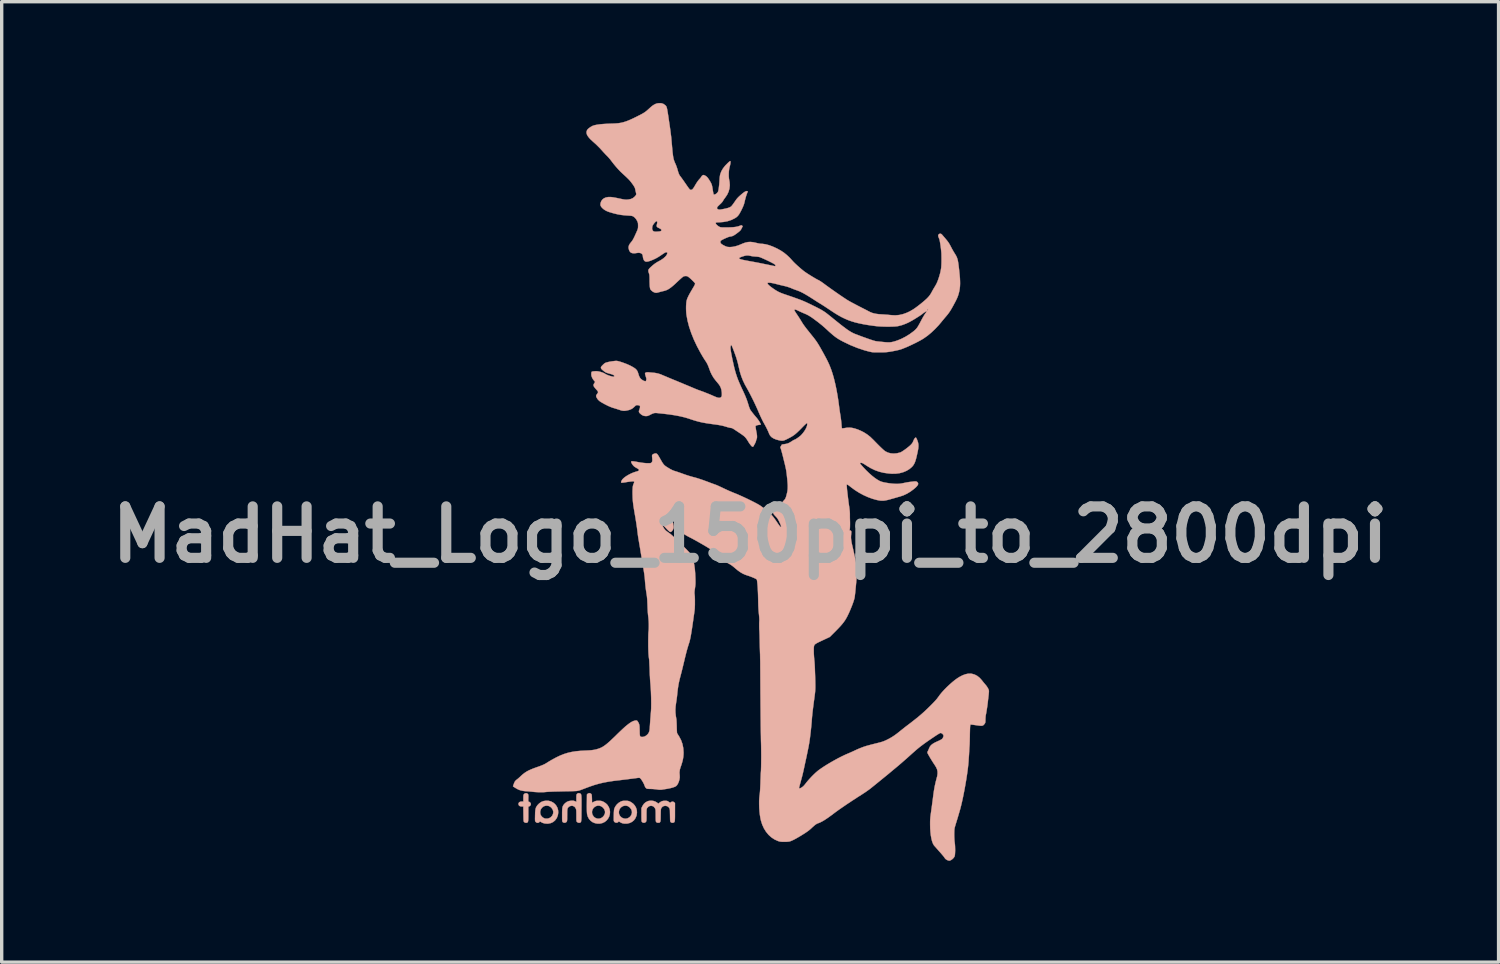
<source format=kicad_pcb>
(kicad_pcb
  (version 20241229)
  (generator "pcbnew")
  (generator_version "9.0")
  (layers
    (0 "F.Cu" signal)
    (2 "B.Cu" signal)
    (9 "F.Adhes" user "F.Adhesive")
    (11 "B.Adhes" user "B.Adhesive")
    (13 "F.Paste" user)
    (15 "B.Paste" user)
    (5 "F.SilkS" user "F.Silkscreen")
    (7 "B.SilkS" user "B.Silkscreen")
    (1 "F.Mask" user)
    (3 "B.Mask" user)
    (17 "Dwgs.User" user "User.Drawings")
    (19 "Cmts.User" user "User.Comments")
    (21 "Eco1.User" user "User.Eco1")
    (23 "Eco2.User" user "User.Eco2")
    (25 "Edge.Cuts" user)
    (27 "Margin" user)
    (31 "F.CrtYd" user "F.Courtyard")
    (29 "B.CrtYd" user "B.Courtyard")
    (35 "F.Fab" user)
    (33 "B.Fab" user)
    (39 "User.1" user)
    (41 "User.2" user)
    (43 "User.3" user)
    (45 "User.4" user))
  (footprint "MadHat_Logo_150ppi_to_2800dpi"
    (layer "F.Cu")
    (at 19.166 12.782)
    (property "Reference" "MadHat_Logo_150ppi_to_2800dpi" (at 0 0 0) (layer "F.Fab") (effects (font (size 1.524 1.524) (thickness 0.3))))
    (attr through_hole)
    (fp_poly (pts (xy -6.68 7.671) (xy -6.694 7.684) (xy -6.704 7.696) (xy -6.71 7.71) (xy -6.714 7.729) (xy -6.715 7.757) (xy -6.716 7.798) (xy -6.716 7.808) (xy -6.716 7.907) (xy -6.766 7.907) (xy -6.81 7.913) (xy -6.841 7.93) (xy -6.858 7.958) (xy -6.861 7.98) (xy -6.853 8.013) (xy -6.831 8.037) (xy -6.795 8.05) (xy -6.766 8.052) (xy -6.717 8.052) (xy -6.714 8.274) (xy -6.713 8.344) (xy -6.712 8.397) (xy -6.711 8.438) (xy -6.709 8.466) (xy -6.706 8.486) (xy -6.703 8.499) (xy -6.699 8.508) (xy -6.693 8.514) (xy -6.663 8.533) (xy -6.627 8.537) (xy -6.61 8.533) (xy -6.597 8.527) (xy -6.588 8.518) (xy -6.58 8.504) (xy -6.575 8.483) (xy -6.572 8.453) (xy -6.57 8.412) (xy -6.569 8.357) (xy -6.569 8.286) (xy -6.569 8.274) (xy -6.569 8.062) (xy -6.536 8.046) (xy -6.508 8.024) (xy -6.495 7.996) (xy -6.496 7.966) (xy -6.512 7.938) (xy -6.541 7.916) (xy -6.541 7.916) (xy -6.571 7.903) (xy -6.569 7.801) (xy -6.568 7.756) (xy -6.569 7.725) (xy -6.571 7.705) (xy -6.576 7.692) (xy -6.583 7.682) (xy -6.587 7.679) (xy -6.615 7.661) (xy -6.648 7.659) (xy -6.68 7.671)) (stroke (width 0.01) (type solid)) (fill yes) (layer "B.SilkS"))
    (fp_poly (pts (xy -6.119 7.893) (xy -6.185 7.919) (xy -6.245 7.961) (xy -6.275 7.99) (xy -6.304 8.022) (xy -6.325 8.053) (xy -6.342 8.085) (xy -6.353 8.121) (xy -6.361 8.165) (xy -6.366 8.22) (xy -6.368 8.289) (xy -6.369 8.316) (xy -6.37 8.375) (xy -6.371 8.419) (xy -6.37 8.451) (xy -6.369 8.472) (xy -6.366 8.487) (xy -6.361 8.497) (xy -6.354 8.506) (xy -6.35 8.511) (xy -6.323 8.531) (xy -6.291 8.538) (xy -6.261 8.531) (xy -6.242 8.515) (xy -6.228 8.501) (xy -6.216 8.5) (xy -6.209 8.504) (xy -6.15 8.537) (xy -6.08 8.557) (xy -6.005 8.562) (xy -5.976 8.56) (xy -5.901 8.544) (xy -5.835 8.513) (xy -5.779 8.467) (xy -5.734 8.406) (xy -5.721 8.383) (xy -5.694 8.309) (xy -5.683 8.235) (xy -5.685 8.197) (xy -5.831 8.197) (xy -5.832 8.252) (xy -5.851 8.306) (xy -5.864 8.328) (xy -5.902 8.37) (xy -5.951 8.399) (xy -6.006 8.413) (xy -6.064 8.411) (xy -6.091 8.405) (xy -6.129 8.386) (xy -6.165 8.356) (xy -6.194 8.319) (xy -6.205 8.298) (xy -6.218 8.247) (xy -6.216 8.193) (xy -6.2 8.141) (xy -6.199 8.139) (xy -6.167 8.091) (xy -6.125 8.056) (xy -6.077 8.035) (xy -6.025 8.028) (xy -5.973 8.035) (xy -5.924 8.058) (xy -5.883 8.093) (xy -5.848 8.144) (xy -5.831 8.197) (xy -5.685 8.197) (xy -5.687 8.164) (xy -5.705 8.096) (xy -5.737 8.035) (xy -5.78 7.981) (xy -5.834 7.937) (xy -5.897 7.904) (xy -5.968 7.885) (xy -6.043 7.882) (xy -6.119 7.893)) (stroke (width 0.01) (type solid)) (fill yes) (layer "B.SilkS"))
    (fp_poly (pts (xy -4.802 7.67) (xy -4.807 7.674) (xy -4.833 7.697) (xy -4.836 7.959) (xy -4.837 8.049) (xy -4.836 8.127) (xy -4.835 8.192) (xy -4.832 8.242) (xy -4.829 8.275) (xy -4.829 8.279) (xy -4.807 8.355) (xy -4.771 8.422) (xy -4.723 8.476) (xy -4.664 8.519) (xy -4.595 8.547) (xy -4.52 8.561) (xy -4.447 8.56) (xy -4.374 8.543) (xy -4.309 8.512) (xy -4.254 8.469) (xy -4.209 8.415) (xy -4.176 8.353) (xy -4.156 8.286) (xy -4.15 8.215) (xy -4.152 8.199) (xy -4.298 8.199) (xy -4.298 8.248) (xy -4.303 8.267) (xy -4.328 8.321) (xy -4.365 8.364) (xy -4.41 8.395) (xy -4.461 8.412) (xy -4.515 8.414) (xy -4.568 8.399) (xy -4.57 8.398) (xy -4.6 8.38) (xy -4.629 8.356) (xy -4.635 8.349) (xy -4.666 8.302) (xy -4.682 8.25) (xy -4.682 8.198) (xy -4.669 8.148) (xy -4.643 8.103) (xy -4.605 8.066) (xy -4.557 8.04) (xy -4.517 8.029) (xy -4.467 8.029) (xy -4.419 8.044) (xy -4.375 8.071) (xy -4.339 8.108) (xy -4.312 8.151) (xy -4.298 8.199) (xy -4.152 8.199) (xy -4.16 8.143) (xy -4.183 8.077) (xy -4.222 8.011) (xy -4.275 7.958) (xy -4.34 7.916) (xy -4.347 7.913) (xy -4.379 7.899) (xy -4.406 7.89) (xy -4.434 7.886) (xy -4.472 7.885) (xy -4.489 7.885) (xy -4.53 7.885) (xy -4.56 7.888) (xy -4.585 7.895) (xy -4.612 7.906) (xy -4.626 7.913) (xy -4.682 7.941) (xy -4.685 7.82) (xy -4.687 7.77) (xy -4.689 7.735) (xy -4.692 7.711) (xy -4.696 7.696) (xy -4.703 7.685) (xy -4.706 7.681) (xy -4.737 7.661) (xy -4.77 7.657) (xy -4.802 7.67)) (stroke (width 0.01) (type solid)) (fill yes) (layer "B.SilkS"))
    (fp_poly (pts (xy -3.739 7.885) (xy -3.77 7.888) (xy -3.797 7.894) (xy -3.825 7.905) (xy -3.838 7.911) (xy -3.894 7.945) (xy -3.946 7.992) (xy -3.988 8.047) (xy -4.013 8.095) (xy -4.021 8.116) (xy -4.027 8.137) (xy -4.031 8.162) (xy -4.033 8.194) (xy -4.036 8.236) (xy -4.037 8.292) (xy -4.038 8.316) (xy -4.039 8.375) (xy -4.039 8.419) (xy -4.039 8.45) (xy -4.037 8.472) (xy -4.034 8.487) (xy -4.029 8.497) (xy -4.023 8.507) (xy -4.022 8.508) (xy -3.996 8.527) (xy -3.963 8.534) (xy -3.93 8.529) (xy -3.907 8.514) (xy -3.887 8.495) (xy -3.852 8.518) (xy -3.793 8.547) (xy -3.729 8.561) (xy -3.657 8.561) (xy -3.638 8.559) (xy -3.562 8.54) (xy -3.496 8.507) (xy -3.44 8.46) (xy -3.397 8.4) (xy -3.367 8.329) (xy -3.363 8.316) (xy -3.352 8.237) (xy -3.352 8.229) (xy -3.5 8.229) (xy -3.508 8.276) (xy -3.528 8.319) (xy -3.557 8.356) (xy -3.593 8.385) (xy -3.637 8.406) (xy -3.685 8.415) (xy -3.735 8.41) (xy -3.788 8.39) (xy -3.8 8.383) (xy -3.843 8.347) (xy -3.871 8.304) (xy -3.886 8.256) (xy -3.887 8.206) (xy -3.876 8.157) (xy -3.853 8.112) (xy -3.818 8.074) (xy -3.773 8.046) (xy -3.735 8.033) (xy -3.679 8.028) (xy -3.629 8.039) (xy -3.582 8.067) (xy -3.558 8.089) (xy -3.523 8.134) (xy -3.504 8.182) (xy -3.5 8.229) (xy -3.352 8.229) (xy -3.357 8.16) (xy -3.379 8.089) (xy -3.416 8.024) (xy -3.466 7.968) (xy -3.53 7.923) (xy -3.55 7.913) (xy -3.58 7.899) (xy -3.606 7.891) (xy -3.633 7.886) (xy -3.668 7.885) (xy -3.695 7.885) (xy -3.739 7.885)) (stroke (width 0.01) (type solid)) (fill yes) (layer "B.SilkS"))
    (fp_poly (pts (xy -5.108 7.666) (xy -5.128 7.682) (xy -5.136 7.693) (xy -5.141 7.706) (xy -5.144 7.726) (xy -5.146 7.756) (xy -5.146 7.8) (xy -5.146 7.809) (xy -5.146 7.915) (xy -5.189 7.897) (xy -5.216 7.886) (xy -5.244 7.881) (xy -5.28 7.881) (xy -5.3 7.882) (xy -5.37 7.893) (xy -5.43 7.918) (xy -5.482 7.958) (xy -5.497 7.973) (xy -5.518 7.998) (xy -5.535 8.021) (xy -5.548 8.047) (xy -5.557 8.077) (xy -5.563 8.115) (xy -5.566 8.162) (xy -5.568 8.222) (xy -5.568 8.297) (xy -5.568 8.299) (xy -5.568 8.364) (xy -5.568 8.413) (xy -5.567 8.449) (xy -5.565 8.474) (xy -5.563 8.491) (xy -5.559 8.503) (xy -5.554 8.511) (xy -5.549 8.516) (xy -5.521 8.532) (xy -5.487 8.535) (xy -5.456 8.525) (xy -5.439 8.511) (xy -5.432 8.502) (xy -5.427 8.492) (xy -5.423 8.479) (xy -5.421 8.459) (xy -5.419 8.43) (xy -5.419 8.39) (xy -5.419 8.335) (xy -5.418 8.31) (xy -5.418 8.244) (xy -5.417 8.192) (xy -5.415 8.154) (xy -5.41 8.126) (xy -5.403 8.104) (xy -5.393 8.088) (xy -5.38 8.073) (xy -5.372 8.065) (xy -5.338 8.044) (xy -5.298 8.033) (xy -5.259 8.033) (xy -5.254 8.035) (xy -5.213 8.052) (xy -5.184 8.079) (xy -5.166 8.109) (xy -5.159 8.125) (xy -5.154 8.141) (xy -5.15 8.161) (xy -5.148 8.188) (xy -5.147 8.224) (xy -5.146 8.274) (xy -5.146 8.321) (xy -5.146 8.381) (xy -5.146 8.426) (xy -5.145 8.458) (xy -5.143 8.479) (xy -5.14 8.493) (xy -5.135 8.503) (xy -5.128 8.51) (xy -5.126 8.512) (xy -5.095 8.532) (xy -5.061 8.537) (xy -5.042 8.533) (xy -5.031 8.529) (xy -5.022 8.524) (xy -5.015 8.517) (xy -5.009 8.506) (xy -5.005 8.489) (xy -5.002 8.465) (xy -4.999 8.433) (xy -4.997 8.39) (xy -4.996 8.335) (xy -4.996 8.266) (xy -4.995 8.182) (xy -4.995 8.108) (xy -4.994 8.01) (xy -4.994 7.928) (xy -4.994 7.861) (xy -4.995 7.807) (xy -4.997 7.766) (xy -4.999 7.734) (xy -5.003 7.71) (xy -5.008 7.693) (xy -5.015 7.682) (xy -5.023 7.674) (xy -5.033 7.668) (xy -5.041 7.664) (xy -5.075 7.656) (xy -5.108 7.666)) (stroke (width 0.01) (type solid)) (fill yes) (layer "B.SilkS"))
    (fp_poly (pts (xy -3.001 7.888) (xy -3.035 7.898) (xy -3.096 7.93) (xy -3.146 7.975) (xy -3.185 8.034) (xy -3.189 8.041) (xy -3.219 8.102) (xy -3.219 8.299) (xy -3.219 8.364) (xy -3.218 8.413) (xy -3.217 8.449) (xy -3.216 8.474) (xy -3.213 8.491) (xy -3.209 8.503) (xy -3.204 8.511) (xy -3.199 8.516) (xy -3.17 8.533) (xy -3.137 8.536) (xy -3.106 8.525) (xy -3.091 8.512) (xy -3.083 8.503) (xy -3.078 8.493) (xy -3.074 8.48) (xy -3.071 8.461) (xy -3.07 8.434) (xy -3.069 8.395) (xy -3.069 8.342) (xy -3.069 8.307) (xy -3.069 8.246) (xy -3.068 8.199) (xy -3.067 8.165) (xy -3.065 8.142) (xy -3.062 8.125) (xy -3.057 8.112) (xy -3.051 8.1) (xy -3.049 8.097) (xy -3.015 8.061) (xy -2.976 8.039) (xy -2.933 8.032) (xy -2.891 8.04) (xy -2.853 8.061) (xy -2.823 8.097) (xy -2.817 8.107) (xy -2.81 8.122) (xy -2.805 8.137) (xy -2.801 8.156) (xy -2.799 8.18) (xy -2.798 8.214) (xy -2.797 8.259) (xy -2.797 8.32) (xy -2.797 8.322) (xy -2.797 8.383) (xy -2.796 8.428) (xy -2.795 8.461) (xy -2.793 8.483) (xy -2.79 8.498) (xy -2.785 8.507) (xy -2.779 8.515) (xy -2.779 8.515) (xy -2.762 8.529) (xy -2.742 8.535) (xy -2.72 8.535) (xy -2.693 8.534) (xy -2.677 8.526) (xy -2.665 8.512) (xy -2.66 8.501) (xy -2.656 8.484) (xy -2.653 8.458) (xy -2.651 8.422) (xy -2.65 8.373) (xy -2.649 8.31) (xy -2.648 8.247) (xy -2.647 8.2) (xy -2.645 8.165) (xy -2.643 8.14) (xy -2.639 8.123) (xy -2.634 8.109) (xy -2.629 8.098) (xy -2.597 8.061) (xy -2.556 8.039) (xy -2.51 8.033) (xy -2.461 8.042) (xy -2.42 8.067) (xy -2.395 8.098) (xy -2.388 8.11) (xy -2.383 8.124) (xy -2.379 8.142) (xy -2.376 8.166) (xy -2.375 8.201) (xy -2.374 8.249) (xy -2.373 8.297) (xy -2.372 8.352) (xy -2.371 8.403) (xy -2.37 8.445) (xy -2.368 8.475) (xy -2.367 8.49) (xy -2.354 8.515) (xy -2.329 8.532) (xy -2.297 8.537) (xy -2.272 8.532) (xy -2.259 8.527) (xy -2.249 8.52) (xy -2.241 8.511) (xy -2.235 8.497) (xy -2.231 8.475) (xy -2.229 8.445) (xy -2.227 8.403) (xy -2.226 8.349) (xy -2.226 8.28) (xy -2.226 8.222) (xy -2.225 7.952) (xy -2.248 7.93) (xy -2.278 7.911) (xy -2.311 7.909) (xy -2.344 7.924) (xy -2.346 7.926) (xy -2.369 7.944) (xy -2.412 7.914) (xy -2.435 7.899) (xy -2.455 7.89) (xy -2.478 7.886) (xy -2.511 7.885) (xy -2.523 7.885) (xy -2.571 7.887) (xy -2.61 7.896) (xy -2.646 7.914) (xy -2.687 7.943) (xy -2.688 7.944) (xy -2.72 7.969) (xy -2.751 7.942) (xy -2.805 7.909) (xy -2.868 7.888) (xy -2.935 7.881) (xy -3.001 7.888)) (stroke (width 0.01) (type solid)) (fill yes) (layer "B.SilkS"))
    (fp_poly (pts (xy -2.728 -12.774) (xy -2.784 -12.761) (xy -2.838 -12.736) (xy -2.895 -12.699) (xy -2.956 -12.648) (xy -2.972 -12.633) (xy -3.015 -12.594) (xy -3.052 -12.561) (xy -3.086 -12.533) (xy -3.12 -12.508) (xy -3.158 -12.484) (xy -3.201 -12.459) (xy -3.253 -12.431) (xy -3.317 -12.399) (xy -3.36 -12.377) (xy -3.462 -12.327) (xy -3.551 -12.286) (xy -3.63 -12.253) (xy -3.703 -12.227) (xy -3.772 -12.207) (xy -3.84 -12.192) (xy -3.909 -12.182) (xy -3.984 -12.176) (xy -4.067 -12.172) (xy -4.085 -12.172) (xy -4.219 -12.167) (xy -4.338 -12.16) (xy -4.442 -12.151) (xy -4.529 -12.139) (xy -4.601 -12.125) (xy -4.655 -12.108) (xy -4.676 -12.099) (xy -4.728 -12.069) (xy -4.773 -12.037) (xy -4.808 -12.006) (xy -4.829 -11.977) (xy -4.829 -11.977) (xy -4.843 -11.939) (xy -4.846 -11.899) (xy -4.837 -11.858) (xy -4.816 -11.814) (xy -4.781 -11.765) (xy -4.733 -11.711) (xy -4.669 -11.651) (xy -4.613 -11.601) (xy -4.568 -11.561) (xy -4.518 -11.512) (xy -4.466 -11.46) (xy -4.42 -11.411) (xy -4.409 -11.398) (xy -4.368 -11.353) (xy -4.326 -11.307) (xy -4.285 -11.263) (xy -4.25 -11.227) (xy -4.238 -11.216) (xy -4.202 -11.178) (xy -4.162 -11.132) (xy -4.124 -11.085) (xy -4.106 -11.061) (xy -4.046 -10.983) (xy -3.98 -10.903) (xy -3.912 -10.826) (xy -3.845 -10.755) (xy -3.784 -10.697) (xy -3.723 -10.641) (xy -3.674 -10.596) (xy -3.634 -10.557) (xy -3.601 -10.525) (xy -3.573 -10.495) (xy -3.548 -10.466) (xy -3.525 -10.437) (xy -3.507 -10.413) (xy -3.47 -10.363) (xy -3.443 -10.322) (xy -3.424 -10.289) (xy -3.411 -10.26) (xy -3.403 -10.232) (xy -3.401 -10.217) (xy -3.394 -10.183) (xy -3.385 -10.145) (xy -3.381 -10.129) (xy -3.374 -10.098) (xy -3.374 -10.074) (xy -3.383 -10.052) (xy -3.403 -10.026) (xy -3.426 -10.002) (xy -3.473 -9.964) (xy -3.533 -9.938) (xy -3.606 -9.923) (xy -3.636 -9.921) (xy -3.665 -9.919) (xy -3.693 -9.92) (xy -3.723 -9.923) (xy -3.76 -9.929) (xy -3.807 -9.938) (xy -3.867 -9.951) (xy -3.878 -9.953) (xy -3.937 -9.966) (xy -3.996 -9.977) (xy -4.05 -9.987) (xy -4.096 -9.993) (xy -4.123 -9.996) (xy -4.204 -9.996) (xy -4.274 -9.983) (xy -4.332 -9.957) (xy -4.379 -9.918) (xy -4.412 -9.869) (xy -4.43 -9.814) (xy -4.434 -9.774) (xy -4.428 -9.74) (xy -4.41 -9.707) (xy -4.378 -9.671) (xy -4.37 -9.663) (xy -4.327 -9.627) (xy -4.283 -9.599) (xy -4.232 -9.574) (xy -4.169 -9.551) (xy -4.158 -9.548) (xy -4.04 -9.513) (xy -3.932 -9.487) (xy -3.828 -9.468) (xy -3.722 -9.456) (xy -3.64 -9.45) (xy -3.593 -9.447) (xy -3.55 -9.444) (xy -3.514 -9.44) (xy -3.492 -9.436) (xy -3.454 -9.418) (xy -3.414 -9.386) (xy -3.378 -9.343) (xy -3.348 -9.293) (xy -3.334 -9.263) (xy -3.325 -9.237) (xy -3.32 -9.211) (xy -3.319 -9.177) (xy -3.318 -9.147) (xy -3.319 -9.113) (xy -3.32 -9.086) (xy -3.324 -9.062) (xy -3.331 -9.038) (xy -3.343 -9.007) (xy -3.361 -8.967) (xy -3.371 -8.943) (xy -3.403 -8.873) (xy -3.428 -8.818) (xy -3.45 -8.775) (xy -3.468 -8.74) (xy -3.485 -8.713) (xy -3.501 -8.689) (xy -3.518 -8.668) (xy -3.526 -8.659) (xy -3.566 -8.607) (xy -3.591 -8.558) (xy -3.601 -8.511) (xy -3.596 -8.462) (xy -3.578 -8.407) (xy -3.577 -8.406) (xy -3.553 -8.369) (xy -3.519 -8.344) (xy -3.473 -8.332) (xy -3.415 -8.331) (xy -3.349 -8.341) (xy -3.297 -8.346) (xy -3.251 -8.339) (xy -3.215 -8.321) (xy -3.19 -8.294) (xy -3.178 -8.259) (xy -3.178 -8.251) (xy -3.173 -8.208) (xy -3.162 -8.164) (xy -3.145 -8.126) (xy -3.127 -8.103) (xy -3.102 -8.088) (xy -3.068 -8.082) (xy -3.024 -8.088) (xy -2.968 -8.104) (xy -2.937 -8.115) (xy -2.862 -8.146) (xy -2.797 -8.177) (xy -2.733 -8.212) (xy -2.666 -8.255) (xy -2.641 -8.272) (xy -2.601 -8.299) (xy -2.565 -8.323) (xy -2.535 -8.342) (xy -2.516 -8.353) (xy -2.516 -8.353) (xy -2.488 -8.362) (xy -2.465 -8.36) (xy -2.453 -8.346) (xy -2.452 -8.338) (xy -2.46 -8.303) (xy -2.484 -8.263) (xy -2.52 -8.222) (xy -2.568 -8.18) (xy -2.626 -8.14) (xy -2.686 -8.105) (xy -2.754 -8.068) (xy -2.814 -8.029) (xy -2.874 -7.983) (xy -2.937 -7.927) (xy -2.949 -7.916) (xy -2.983 -7.882) (xy -3.005 -7.854) (xy -3.014 -7.827) (xy -3.014 -7.798) (xy -3.004 -7.76) (xy -2.996 -7.738) (xy -2.989 -7.714) (xy -2.984 -7.689) (xy -2.981 -7.659) (xy -2.979 -7.62) (xy -2.978 -7.567) (xy -2.978 -7.548) (xy -2.978 -7.493) (xy -2.976 -7.437) (xy -2.974 -7.386) (xy -2.971 -7.347) (xy -2.97 -7.339) (xy -2.965 -7.301) (xy -2.959 -7.276) (xy -2.949 -7.257) (xy -2.934 -7.239) (xy -2.927 -7.232) (xy -2.885 -7.196) (xy -2.839 -7.172) (xy -2.794 -7.161) (xy -2.786 -7.16) (xy -2.76 -7.163) (xy -2.726 -7.171) (xy -2.696 -7.179) (xy -2.654 -7.191) (xy -2.607 -7.203) (xy -2.576 -7.21) (xy -2.527 -7.222) (xy -2.481 -7.238) (xy -2.436 -7.259) (xy -2.39 -7.287) (xy -2.34 -7.323) (xy -2.285 -7.368) (xy -2.222 -7.424) (xy -2.163 -7.48) (xy -2.118 -7.522) (xy -2.075 -7.561) (xy -2.037 -7.595) (xy -2.006 -7.621) (xy -1.985 -7.638) (xy -1.979 -7.642) (xy -1.931 -7.657) (xy -1.883 -7.656) (xy -1.85 -7.646) (xy -1.83 -7.633) (xy -1.802 -7.611) (xy -1.769 -7.583) (xy -1.734 -7.55) (xy -1.7 -7.517) (xy -1.67 -7.486) (xy -1.646 -7.46) (xy -1.632 -7.441) (xy -1.63 -7.436) (xy -1.63 -7.425) (xy -1.636 -7.407) (xy -1.648 -7.381) (xy -1.667 -7.345) (xy -1.696 -7.298) (xy -1.711 -7.271) (xy -1.763 -7.183) (xy -1.805 -7.108) (xy -1.837 -7.044) (xy -1.861 -6.989) (xy -1.877 -6.942) (xy -1.877 -6.941) (xy -1.886 -6.897) (xy -1.892 -6.839) (xy -1.896 -6.772) (xy -1.897 -6.699) (xy -1.895 -6.625) (xy -1.89 -6.555) (xy -1.885 -6.511) (xy -1.854 -6.337) (xy -1.807 -6.156) (xy -1.744 -5.969) (xy -1.666 -5.775) (xy -1.573 -5.578) (xy -1.465 -5.376) (xy -1.456 -5.361) (xy -1.427 -5.311) (xy -1.396 -5.258) (xy -1.365 -5.209) (xy -1.34 -5.169) (xy -1.337 -5.166) (xy -1.303 -5.114) (xy -1.277 -5.07) (xy -1.256 -5.028) (xy -1.237 -4.983) (xy -1.216 -4.928) (xy -1.213 -4.917) (xy -1.173 -4.812) (xy -1.128 -4.721) (xy -1.076 -4.636) (xy -1.013 -4.554) (xy -0.969 -4.502) (xy -0.914 -4.434) (xy -0.875 -4.365) (xy -0.851 -4.292) (xy -0.839 -4.21) (xy -0.837 -4.161) (xy -0.838 -4.125) (xy -0.841 -4.101) (xy -0.848 -4.086) (xy -0.859 -4.071) (xy -0.861 -4.07) (xy -0.883 -4.055) (xy -0.912 -4.049) (xy -0.949 -4.053) (xy -0.996 -4.067) (xy -1.055 -4.091) (xy -1.081 -4.102) (xy -1.143 -4.13) (xy -1.215 -4.16) (xy -1.292 -4.191) (xy -1.368 -4.221) (xy -1.438 -4.247) (xy -1.495 -4.267) (xy -1.528 -4.279) (xy -1.573 -4.296) (xy -1.622 -4.316) (xy -1.671 -4.336) (xy -1.672 -4.337) (xy -1.705 -4.351) (xy -1.753 -4.371) (xy -1.812 -4.396) (xy -1.881 -4.425) (xy -1.957 -4.456) (xy -2.036 -4.49) (xy -2.118 -4.523) (xy -2.148 -4.536) (xy -2.228 -4.569) (xy -2.305 -4.6) (xy -2.376 -4.63) (xy -2.441 -4.657) (xy -2.497 -4.681) (xy -2.541 -4.699) (xy -2.572 -4.712) (xy -2.581 -4.716) (xy -2.65 -4.745) (xy -2.71 -4.765) (xy -2.767 -4.779) (xy -2.827 -4.789) (xy -2.869 -4.793) (xy -2.916 -4.797) (xy -2.96 -4.801) (xy -2.997 -4.805) (xy -3.016 -4.807) (xy -3.056 -4.807) (xy -3.089 -4.799) (xy -3.108 -4.784) (xy -3.111 -4.778) (xy -3.112 -4.762) (xy -3.106 -4.736) (xy -3.098 -4.708) (xy -3.084 -4.662) (xy -3.075 -4.63) (xy -3.072 -4.605) (xy -3.074 -4.584) (xy -3.079 -4.569) (xy -3.087 -4.548) (xy -3.097 -4.541) (xy -3.116 -4.543) (xy -3.118 -4.544) (xy -3.159 -4.558) (xy -3.201 -4.583) (xy -3.238 -4.613) (xy -3.246 -4.622) (xy -3.264 -4.647) (xy -3.279 -4.673) (xy -3.293 -4.707) (xy -3.308 -4.753) (xy -3.313 -4.771) (xy -3.328 -4.814) (xy -3.345 -4.851) (xy -3.368 -4.882) (xy -3.398 -4.912) (xy -3.438 -4.94) (xy -3.49 -4.971) (xy -3.556 -5.006) (xy -3.566 -5.011) (xy -3.615 -5.033) (xy -3.672 -5.057) (xy -3.734 -5.08) (xy -3.795 -5.102) (xy -3.852 -5.12) (xy -3.902 -5.134) (xy -3.94 -5.142) (xy -3.947 -5.143) (xy -3.975 -5.144) (xy -4.017 -5.14) (xy -4.068 -5.134) (xy -4.122 -5.126) (xy -4.177 -5.116) (xy -4.226 -5.104) (xy -4.257 -5.096) (xy -4.287 -5.085) (xy -4.315 -5.068) (xy -4.345 -5.041) (xy -4.363 -5.024) (xy -4.394 -4.992) (xy -4.413 -4.966) (xy -4.42 -4.942) (xy -4.414 -4.92) (xy -4.395 -4.895) (xy -4.362 -4.865) (xy -4.316 -4.829) (xy -4.292 -4.812) (xy -4.264 -4.798) (xy -4.23 -4.785) (xy -4.184 -4.772) (xy -4.16 -4.765) (xy -4.103 -4.749) (xy -4.063 -4.734) (xy -4.037 -4.72) (xy -4.025 -4.706) (xy -4.024 -4.69) (xy -4.025 -4.688) (xy -4.032 -4.678) (xy -4.048 -4.676) (xy -4.069 -4.678) (xy -4.113 -4.688) (xy -4.162 -4.702) (xy -4.211 -4.72) (xy -4.254 -4.738) (xy -4.286 -4.756) (xy -4.289 -4.758) (xy -4.329 -4.781) (xy -4.38 -4.802) (xy -4.438 -4.82) (xy -4.496 -4.833) (xy -4.548 -4.839) (xy -4.561 -4.839) (xy -4.6 -4.837) (xy -4.637 -4.834) (xy -4.661 -4.831) (xy -4.684 -4.826) (xy -4.695 -4.816) (xy -4.701 -4.797) (xy -4.703 -4.784) (xy -4.704 -4.725) (xy -4.689 -4.668) (xy -4.66 -4.609) (xy -4.619 -4.555) (xy -4.59 -4.521) (xy -4.614 -4.485) (xy -4.63 -4.458) (xy -4.638 -4.434) (xy -4.637 -4.41) (xy -4.626 -4.384) (xy -4.604 -4.353) (xy -4.57 -4.313) (xy -4.55 -4.291) (xy -4.527 -4.264) (xy -4.51 -4.239) (xy -4.503 -4.222) (xy -4.502 -4.22) (xy -4.508 -4.203) (xy -4.521 -4.179) (xy -4.535 -4.16) (xy -4.553 -4.133) (xy -4.561 -4.11) (xy -4.558 -4.086) (xy -4.545 -4.056) (xy -4.528 -4.028) (xy -4.509 -4.001) (xy -4.486 -3.977) (xy -4.459 -3.953) (xy -4.423 -3.928) (xy -4.376 -3.901) (xy -4.317 -3.868) (xy -4.285 -3.851) (xy -4.209 -3.813) (xy -4.143 -3.784) (xy -4.081 -3.76) (xy -4.031 -3.745) (xy -3.981 -3.73) (xy -3.932 -3.714) (xy -3.888 -3.7) (xy -3.858 -3.69) (xy -3.805 -3.673) (xy -3.757 -3.666) (xy -3.707 -3.666) (xy -3.649 -3.675) (xy -3.641 -3.677) (xy -3.578 -3.692) (xy -3.527 -3.712) (xy -3.483 -3.738) (xy -3.44 -3.774) (xy -3.429 -3.784) (xy -3.402 -3.81) (xy -3.382 -3.826) (xy -3.365 -3.833) (xy -3.346 -3.834) (xy -3.343 -3.834) (xy -3.313 -3.831) (xy -3.286 -3.824) (xy -3.284 -3.823) (xy -3.268 -3.814) (xy -3.261 -3.798) (xy -3.26 -3.779) (xy -3.264 -3.749) (xy -3.274 -3.715) (xy -3.278 -3.705) (xy -3.292 -3.667) (xy -3.294 -3.638) (xy -3.283 -3.612) (xy -3.259 -3.585) (xy -3.21 -3.545) (xy -3.162 -3.521) (xy -3.11 -3.51) (xy -3.09 -3.51) (xy -3.062 -3.51) (xy -3.038 -3.514) (xy -3.012 -3.523) (xy -2.979 -3.538) (xy -2.953 -3.552) (xy -2.905 -3.576) (xy -2.866 -3.591) (xy -2.832 -3.6) (xy -2.795 -3.602) (xy -2.752 -3.599) (xy -2.728 -3.596) (xy -2.683 -3.591) (xy -2.637 -3.586) (xy -2.599 -3.582) (xy -2.593 -3.582) (xy -2.406 -3.56) (xy -2.233 -3.534) (xy -2.075 -3.504) (xy -1.933 -3.47) (xy -1.807 -3.432) (xy -1.792 -3.426) (xy -1.695 -3.394) (xy -1.603 -3.366) (xy -1.514 -3.342) (xy -1.422 -3.321) (xy -1.324 -3.303) (xy -1.216 -3.286) (xy -1.094 -3.269) (xy -1.091 -3.269) (xy -1.004 -3.257) (xy -0.932 -3.246) (xy -0.871 -3.235) (xy -0.818 -3.224) (xy -0.769 -3.211) (xy -0.721 -3.197) (xy -0.718 -3.196) (xy -0.675 -3.183) (xy -0.63 -3.171) (xy -0.592 -3.162) (xy -0.583 -3.16) (xy -0.565 -3.158) (xy -0.552 -3.156) (xy -0.539 -3.153) (xy -0.526 -3.148) (xy -0.51 -3.139) (xy -0.489 -3.127) (xy -0.461 -3.109) (xy -0.424 -3.084) (xy -0.374 -3.051) (xy -0.335 -3.025) (xy -0.275 -2.985) (xy -0.227 -2.951) (xy -0.189 -2.923) (xy -0.159 -2.896) (xy -0.134 -2.869) (xy -0.11 -2.839) (xy -0.086 -2.803) (xy -0.058 -2.758) (xy -0.053 -2.75) (xy -0.029 -2.711) (xy -0.001 -2.673) (xy 0.023 -2.642) (xy 0.027 -2.637) (xy 0.049 -2.614) (xy 0.064 -2.603) (xy 0.075 -2.601) (xy 0.086 -2.605) (xy 0.101 -2.617) (xy 0.106 -2.624) (xy 0.11 -2.636) (xy 0.121 -2.658) (xy 0.137 -2.685) (xy 0.154 -2.719) (xy 0.168 -2.752) (xy 0.174 -2.774) (xy 0.181 -2.805) (xy 0.192 -2.832) (xy 0.193 -2.835) (xy 0.201 -2.858) (xy 0.204 -2.887) (xy 0.203 -2.927) (xy 0.197 -2.978) (xy 0.185 -3.043) (xy 0.179 -3.074) (xy 0.169 -3.129) (xy 0.163 -3.173) (xy 0.16 -3.202) (xy 0.162 -3.216) (xy 0.175 -3.226) (xy 0.201 -3.237) (xy 0.235 -3.245) (xy 0.27 -3.25) (xy 0.288 -3.251) (xy 0.307 -3.254) (xy 0.315 -3.262) (xy 0.309 -3.28) (xy 0.295 -3.309) (xy 0.274 -3.345) (xy 0.248 -3.384) (xy 0.221 -3.422) (xy 0.194 -3.457) (xy 0.187 -3.464) (xy 0.151 -3.506) (xy 0.112 -3.553) (xy 0.075 -3.6) (xy 0.041 -3.644) (xy 0.014 -3.681) (xy -0.000327 -3.704) (xy -0.01 -3.725) (xy -0.023 -3.759) (xy -0.038 -3.801) (xy -0.052 -3.847) (xy -0.052 -3.848) (xy -0.073 -3.914) (xy -0.094 -3.977) (xy -0.117 -4.039) (xy -0.144 -4.105) (xy -0.176 -4.177) (xy -0.214 -4.261) (xy -0.23 -4.294) (xy -0.277 -4.396) (xy -0.318 -4.489) (xy -0.354 -4.575) (xy -0.385 -4.657) (xy -0.413 -4.74) (xy -0.439 -4.826) (xy -0.464 -4.919) (xy -0.488 -5.021) (xy -0.513 -5.135) (xy -0.529 -5.209) (xy -0.547 -5.298) (xy -0.561 -5.371) (xy -0.571 -5.43) (xy -0.578 -5.478) (xy -0.581 -5.515) (xy -0.582 -5.544) (xy -0.579 -5.568) (xy -0.575 -5.585) (xy -0.564 -5.619) (xy -0.548 -5.598) (xy -0.539 -5.582) (xy -0.526 -5.552) (xy -0.509 -5.511) (xy -0.49 -5.461) (xy -0.469 -5.405) (xy -0.447 -5.346) (xy -0.426 -5.287) (xy -0.407 -5.231) (xy -0.395 -5.192) (xy -0.383 -5.15) (xy -0.368 -5.097) (xy -0.354 -5.039) (xy -0.341 -4.981) (xy -0.338 -4.97) (xy -0.304 -4.825) (xy -0.263 -4.692) (xy -0.214 -4.567) (xy -0.156 -4.445) (xy -0.089 -4.325) (xy -0.059 -4.272) (xy -0.023 -4.205) (xy 0.017 -4.128) (xy 0.059 -4.045) (xy 0.102 -3.958) (xy 0.144 -3.87) (xy 0.183 -3.785) (xy 0.219 -3.706) (xy 0.249 -3.637) (xy 0.249 -3.636) (xy 0.295 -3.53) (xy 0.339 -3.436) (xy 0.382 -3.349) (xy 0.427 -3.269) (xy 0.469 -3.191) (xy 0.507 -3.116) (xy 0.539 -3.046) (xy 0.563 -2.987) (xy 0.564 -2.983) (xy 0.593 -2.93) (xy 0.637 -2.884) (xy 0.698 -2.845) (xy 0.775 -2.814) (xy 0.855 -2.793) (xy 0.901 -2.784) (xy 0.938 -2.78) (xy 0.971 -2.781) (xy 1.005 -2.789) (xy 1.044 -2.805) (xy 1.093 -2.828) (xy 1.101 -2.833) (xy 1.165 -2.865) (xy 1.219 -2.895) (xy 1.267 -2.924) (xy 1.311 -2.955) (xy 1.354 -2.99) (xy 1.4 -3.031) (xy 1.452 -3.081) (xy 1.513 -3.142) (xy 1.518 -3.147) (xy 1.57 -3.201) (xy 1.611 -3.242) (xy 1.642 -3.271) (xy 1.665 -3.29) (xy 1.679 -3.3) (xy 1.686 -3.302) (xy 1.688 -3.3) (xy 1.692 -3.266) (xy 1.685 -3.222) (xy 1.667 -3.171) (xy 1.639 -3.115) (xy 1.603 -3.058) (xy 1.561 -3.002) (xy 1.514 -2.949) (xy 1.497 -2.932) (xy 1.471 -2.91) (xy 1.438 -2.885) (xy 1.402 -2.859) (xy 1.367 -2.836) (xy 1.336 -2.818) (xy 1.314 -2.808) (xy 1.306 -2.806) (xy 1.295 -2.801) (xy 1.274 -2.789) (xy 1.245 -2.771) (xy 1.235 -2.764) (xy 1.185 -2.733) (xy 1.143 -2.711) (xy 1.103 -2.695) (xy 1.058 -2.685) (xy 1.02 -2.679) (xy 0.941 -2.667) (xy 0.917 -2.627) (xy 0.894 -2.588) (xy 0.917 -2.518) (xy 0.926 -2.49) (xy 0.937 -2.447) (xy 0.952 -2.393) (xy 0.968 -2.33) (xy 0.985 -2.262) (xy 1.002 -2.191) (xy 1.02 -2.12) (xy 1.036 -2.053) (xy 1.05 -1.992) (xy 1.061 -1.94) (xy 1.062 -1.935) (xy 1.069 -1.896) (xy 1.077 -1.843) (xy 1.085 -1.78) (xy 1.092 -1.711) (xy 1.1 -1.64) (xy 1.106 -1.571) (xy 1.111 -1.509) (xy 1.114 -1.456) (xy 1.114 -1.426) (xy 1.113 -1.366) (xy 1.109 -1.316) (xy 1.101 -1.265) (xy 1.089 -1.214) (xy 1.075 -1.158) (xy 1.063 -1.117) (xy 1.052 -1.086) (xy 1.04 -1.061) (xy 1.026 -1.04) (xy 1.007 -1.019) (xy 0.997 -1.008) (xy 0.968 -0.975) (xy 0.952 -0.949) (xy 0.949 -0.923) (xy 0.958 -0.893) (xy 0.975 -0.858) (xy 0.995 -0.82) (xy 1.018 -0.778) (xy 1.033 -0.75) (xy 1.047 -0.721) (xy 1.056 -0.699) (xy 1.058 -0.689) (xy 1.057 -0.688) (xy 1.045 -0.688) (xy 1.019 -0.699) (xy 0.981 -0.72) (xy 0.942 -0.745) (xy 0.885 -0.778) (xy 0.826 -0.804) (xy 0.771 -0.822) (xy 0.749 -0.826) (xy 0.725 -0.827) (xy 0.71 -0.82) (xy 0.7 -0.807) (xy 0.68 -0.76) (xy 0.673 -0.704) (xy 0.678 -0.658) (xy 0.684 -0.633) (xy 0.694 -0.612) (xy 0.71 -0.59) (xy 0.734 -0.562) (xy 0.751 -0.545) (xy 0.79 -0.502) (xy 0.821 -0.459) (xy 0.849 -0.408) (xy 0.855 -0.397) (xy 0.884 -0.334) (xy 0.904 -0.286) (xy 0.916 -0.252) (xy 0.918 -0.232) (xy 0.918 -0.229) (xy 0.91 -0.224) (xy 0.899 -0.229) (xy 0.883 -0.244) (xy 0.861 -0.272) (xy 0.832 -0.313) (xy 0.8 -0.36) (xy 0.767 -0.409) (xy 0.733 -0.457) (xy 0.701 -0.501) (xy 0.673 -0.536) (xy 0.663 -0.549) (xy 0.591 -0.624) (xy 0.505 -0.702) (xy 0.407 -0.78) (xy 0.301 -0.856) (xy 0.292 -0.863) (xy 0.257 -0.884) (xy 0.207 -0.912) (xy 0.147 -0.944) (xy 0.077 -0.98) (xy 0.002 -1.017) (xy -0.077 -1.056) (xy -0.158 -1.094) (xy -0.236 -1.13) (xy -0.31 -1.163) (xy -0.377 -1.193) (xy -0.435 -1.216) (xy -0.452 -1.223) (xy -0.502 -1.243) (xy -0.564 -1.269) (xy -0.632 -1.298) (xy -0.702 -1.33) (xy -0.768 -1.361) (xy -0.783 -1.368) (xy -0.84 -1.395) (xy -0.894 -1.42) (xy -0.941 -1.442) (xy -0.979 -1.459) (xy -1.006 -1.47) (xy -1.014 -1.473) (xy -1.034 -1.48) (xy -1.068 -1.492) (xy -1.111 -1.508) (xy -1.162 -1.526) (xy -1.216 -1.547) (xy -1.218 -1.548) (xy -1.31 -1.582) (xy -1.389 -1.611) (xy -1.456 -1.634) (xy -1.517 -1.654) (xy -1.573 -1.672) (xy -1.629 -1.688) (xy -1.686 -1.703) (xy -1.692 -1.704) (xy -1.741 -1.718) (xy -1.802 -1.736) (xy -1.869 -1.757) (xy -1.937 -1.78) (xy -2.001 -1.803) (xy -2.057 -1.823) (xy -2.109 -1.841) (xy -2.155 -1.857) (xy -2.19 -1.869) (xy -2.213 -1.875) (xy -2.216 -1.876) (xy -2.256 -1.889) (xy -2.307 -1.91) (xy -2.365 -1.94) (xy -2.426 -1.976) (xy -2.462 -1.998) (xy -2.493 -2.019) (xy -2.518 -2.037) (xy -2.54 -2.056) (xy -2.56 -2.078) (xy -2.581 -2.106) (xy -2.604 -2.14) (xy -2.63 -2.185) (xy -2.663 -2.242) (xy -2.685 -2.282) (xy -2.714 -2.331) (xy -2.737 -2.367) (xy -2.758 -2.389) (xy -2.777 -2.401) (xy -2.799 -2.404) (xy -2.824 -2.4) (xy -2.833 -2.398) (xy -2.861 -2.387) (xy -2.885 -2.373) (xy -2.889 -2.369) (xy -2.899 -2.358) (xy -2.904 -2.345) (xy -2.905 -2.325) (xy -2.902 -2.293) (xy -2.901 -2.281) (xy -2.897 -2.231) (xy -2.896 -2.195) (xy -2.899 -2.17) (xy -2.907 -2.151) (xy -2.919 -2.136) (xy -2.92 -2.135) (xy -2.931 -2.124) (xy -2.944 -2.118) (xy -2.962 -2.114) (xy -2.989 -2.113) (xy -3.03 -2.113) (xy -3.031 -2.113) (xy -3.086 -2.115) (xy -3.142 -2.12) (xy -3.204 -2.127) (xy -3.274 -2.138) (xy -3.357 -2.153) (xy -3.401 -2.161) (xy -3.442 -2.167) (xy -3.474 -2.17) (xy -3.487 -2.171) (xy -3.51 -2.17) (xy -3.52 -2.164) (xy -3.523 -2.151) (xy -3.517 -2.129) (xy -3.501 -2.1) (xy -3.48 -2.068) (xy -3.455 -2.038) (xy -3.431 -2.015) (xy -3.43 -2.014) (xy -3.405 -1.997) (xy -3.372 -1.978) (xy -3.352 -1.966) (xy -3.314 -1.944) (xy -3.294 -1.924) (xy -3.29 -1.906) (xy -3.305 -1.89) (xy -3.337 -1.875) (xy -3.383 -1.862) (xy -3.446 -1.842) (xy -3.514 -1.814) (xy -3.581 -1.781) (xy -3.646 -1.744) (xy -3.704 -1.705) (xy -3.752 -1.666) (xy -3.786 -1.63) (xy -3.788 -1.626) (xy -3.805 -1.599) (xy -3.817 -1.571) (xy -3.819 -1.564) (xy -3.821 -1.545) (xy -3.815 -1.538) (xy -3.795 -1.536) (xy -3.794 -1.536) (xy -3.77 -1.538) (xy -3.736 -1.542) (xy -3.696 -1.548) (xy -3.686 -1.55) (xy -3.633 -1.559) (xy -3.58 -1.566) (xy -3.532 -1.572) (xy -3.49 -1.576) (xy -3.46 -1.577) (xy -3.445 -1.575) (xy -3.434 -1.565) (xy -3.434 -1.547) (xy -3.445 -1.516) (xy -3.451 -1.501) (xy -3.463 -1.472) (xy -3.472 -1.435) (xy -3.478 -1.39) (xy -3.481 -1.334) (xy -3.483 -1.264) (xy -3.482 -1.178) (xy -3.481 -1.164) (xy -3.48 -1.113) (xy -3.478 -1.066) (xy -3.475 -1.02) (xy -3.471 -0.973) (xy -3.465 -0.923) (xy -3.458 -0.866) (xy -3.448 -0.802) (xy -3.436 -0.727) (xy -3.421 -0.639) (xy -3.403 -0.536) (xy -3.4 -0.52) (xy -3.388 -0.445) (xy -3.375 -0.365) (xy -3.363 -0.285) (xy -3.352 -0.21) (xy -3.344 -0.145) (xy -3.341 -0.122) (xy -3.333 -0.057) (xy -3.324 0.014) (xy -3.314 0.083) (xy -3.304 0.145) (xy -3.299 0.172) (xy -3.292 0.212) (xy -3.283 0.268) (xy -3.271 0.335) (xy -3.258 0.413) (xy -3.244 0.499) (xy -3.229 0.589) (xy -3.214 0.681) (xy -3.198 0.772) (xy -3.184 0.861) (xy -3.17 0.943) (xy -3.158 1.018) (xy -3.148 1.081) (xy -3.143 1.113) (xy -3.135 1.165) (xy -3.128 1.219) (xy -3.122 1.267) (xy -3.119 1.299) (xy -3.111 1.406) (xy -3.102 1.499) (xy -3.093 1.583) (xy -3.082 1.661) (xy -3.072 1.725) (xy -3.065 1.772) (xy -3.058 1.814) (xy -3.054 1.854) (xy -3.05 1.895) (xy -3.046 1.941) (xy -3.044 1.994) (xy -3.041 2.058) (xy -3.038 2.136) (xy -3.037 2.165) (xy -3.034 2.229) (xy -3.03 2.299) (xy -3.024 2.368) (xy -3.017 2.429) (xy -3.015 2.442) (xy -3.009 2.503) (xy -3.004 2.572) (xy -3.001 2.647) (xy -3.001 2.721) (xy -3.002 2.791) (xy -3.006 2.851) (xy -3.011 2.895) (xy -3.012 2.914) (xy -3.014 2.947) (xy -3.015 2.994) (xy -3.016 3.051) (xy -3.017 3.115) (xy -3.017 3.185) (xy -3.017 3.204) (xy -3.017 3.309) (xy -3.015 3.4) (xy -3.012 3.479) (xy -3.008 3.55) (xy -3.002 3.615) (xy -2.994 3.678) (xy -2.992 3.689) (xy -2.99 3.711) (xy -2.987 3.748) (xy -2.985 3.8) (xy -2.982 3.863) (xy -2.978 3.935) (xy -2.975 4.016) (xy -2.974 4.061) (xy -2.972 4.118) (xy -2.97 4.167) (xy -2.967 4.212) (xy -2.965 4.257) (xy -2.962 4.305) (xy -2.958 4.36) (xy -2.952 4.425) (xy -2.946 4.505) (xy -2.946 4.51) (xy -2.941 4.578) (xy -2.937 4.657) (xy -2.934 4.742) (xy -2.931 4.831) (xy -2.93 4.92) (xy -2.929 5.005) (xy -2.93 5.084) (xy -2.931 5.152) (xy -2.934 5.207) (xy -2.935 5.222) (xy -2.939 5.272) (xy -2.944 5.332) (xy -2.949 5.401) (xy -2.955 5.473) (xy -2.96 5.544) (xy -2.965 5.612) (xy -2.969 5.671) (xy -2.972 5.719) (xy -2.973 5.741) (xy -2.982 5.812) (xy -3.003 5.87) (xy -3.036 5.917) (xy -3.082 5.955) (xy -3.099 5.966) (xy -3.138 5.985) (xy -3.175 5.992) (xy -3.192 5.993) (xy -3.218 5.992) (xy -3.237 5.989) (xy -3.251 5.98) (xy -3.261 5.964) (xy -3.266 5.938) (xy -3.27 5.9) (xy -3.271 5.848) (xy -3.272 5.801) (xy -3.274 5.735) (xy -3.276 5.683) (xy -3.281 5.642) (xy -3.29 5.609) (xy -3.302 5.58) (xy -3.318 5.551) (xy -3.333 5.529) (xy -3.347 5.512) (xy -3.362 5.505) (xy -3.385 5.505) (xy -3.393 5.506) (xy -3.431 5.514) (xy -3.473 5.529) (xy -3.519 5.553) (xy -3.57 5.586) (xy -3.627 5.629) (xy -3.692 5.682) (xy -3.765 5.748) (xy -3.848 5.826) (xy -3.924 5.899) (xy -4.009 5.983) (xy -4.084 6.054) (xy -4.148 6.115) (xy -4.205 6.165) (xy -4.256 6.208) (xy -4.301 6.242) (xy -4.343 6.271) (xy -4.382 6.295) (xy -4.421 6.314) (xy -4.461 6.331) (xy -4.496 6.343) (xy -4.555 6.361) (xy -4.618 6.375) (xy -4.688 6.385) (xy -4.769 6.392) (xy -4.864 6.397) (xy -4.872 6.397) (xy -5.023 6.405) (xy -5.159 6.418) (xy -5.284 6.438) (xy -5.402 6.465) (xy -5.516 6.501) (xy -5.629 6.546) (xy -5.744 6.601) (xy -5.858 6.663) (xy -5.904 6.689) (xy -5.946 6.714) (xy -5.982 6.736) (xy -6.008 6.752) (xy -6.013 6.756) (xy -6.056 6.782) (xy -6.104 6.808) (xy -6.162 6.833) (xy -6.231 6.86) (xy -6.308 6.887) (xy -6.407 6.922) (xy -6.491 6.956) (xy -6.564 6.989) (xy -6.627 7.024) (xy -6.685 7.063) (xy -6.74 7.106) (xy -6.795 7.156) (xy -6.797 7.159) (xy -6.832 7.191) (xy -6.867 7.222) (xy -6.896 7.246) (xy -6.914 7.259) (xy -6.943 7.284) (xy -6.967 7.314) (xy -6.971 7.321) (xy -6.983 7.345) (xy -6.995 7.375) (xy -7.006 7.406) (xy -7.016 7.433) (xy -7.021 7.452) (xy -7.022 7.459) (xy -7.014 7.464) (xy -6.994 7.476) (xy -6.967 7.493) (xy -6.96 7.498) (xy -6.902 7.532) (xy -6.849 7.558) (xy -6.796 7.576) (xy -6.739 7.589) (xy -6.674 7.598) (xy -6.602 7.603) (xy -6.554 7.606) (xy -6.505 7.611) (xy -6.463 7.615) (xy -6.444 7.617) (xy -6.4 7.622) (xy -6.345 7.626) (xy -6.284 7.629) (xy -6.221 7.631) (xy -6.162 7.631) (xy -6.111 7.629) (xy -6.073 7.626) (xy -6.072 7.626) (xy -6.044 7.623) (xy -6.008 7.62) (xy -5.962 7.617) (xy -5.905 7.615) (xy -5.837 7.612) (xy -5.755 7.61) (xy -5.658 7.608) (xy -5.545 7.605) (xy -5.455 7.603) (xy -5.383 7.602) (xy -5.315 7.6) (xy -5.254 7.599) (xy -5.203 7.597) (xy -5.163 7.595) (xy -5.138 7.594) (xy -5.133 7.593) (xy -5.103 7.588) (xy -5.07 7.58) (xy -5.032 7.569) (xy -4.986 7.552) (xy -4.927 7.53) (xy -4.888 7.515) (xy -4.741 7.46) (xy -4.602 7.413) (xy -4.467 7.375) (xy -4.33 7.343) (xy -4.187 7.317) (xy -4.034 7.294) (xy -3.963 7.286) (xy -3.894 7.278) (xy -3.815 7.268) (xy -3.731 7.258) (xy -3.646 7.248) (xy -3.564 7.237) (xy -3.488 7.228) (xy -3.423 7.219) (xy -3.381 7.214) (xy -3.349 7.209) (xy -3.317 7.205) (xy -3.315 7.205) (xy -3.288 7.204) (xy -3.264 7.209) (xy -3.25 7.221) (xy -3.229 7.245) (xy -3.206 7.279) (xy -3.182 7.317) (xy -3.16 7.357) (xy -3.141 7.395) (xy -3.129 7.427) (xy -3.128 7.429) (xy -3.108 7.479) (xy -3.08 7.512) (xy -3.057 7.526) (xy -3.04 7.529) (xy -3.009 7.531) (xy -2.971 7.533) (xy -2.942 7.533) (xy -2.888 7.535) (xy -2.828 7.54) (xy -2.772 7.546) (xy -2.755 7.549) (xy -2.705 7.556) (xy -2.667 7.558) (xy -2.634 7.557) (xy -2.61 7.554) (xy -2.577 7.548) (xy -2.533 7.541) (xy -2.486 7.534) (xy -2.466 7.531) (xy -2.403 7.519) (xy -2.341 7.505) (xy -2.284 7.489) (xy -2.237 7.472) (xy -2.202 7.455) (xy -2.193 7.449) (xy -2.162 7.417) (xy -2.135 7.371) (xy -2.112 7.317) (xy -2.095 7.258) (xy -2.085 7.199) (xy -2.085 7.144) (xy -2.086 7.137) (xy -2.092 7.046) (xy -2.082 6.963) (xy -2.066 6.907) (xy -2.033 6.812) (xy -2.008 6.728) (xy -1.99 6.653) (xy -1.979 6.583) (xy -1.973 6.513) (xy -1.971 6.455) (xy -1.98 6.325) (xy -2.005 6.201) (xy -2.047 6.085) (xy -2.105 5.976) (xy -2.122 5.949) (xy -2.142 5.918) (xy -2.158 5.891) (xy -2.166 5.873) (xy -2.166 5.872) (xy -2.167 5.857) (xy -2.169 5.827) (xy -2.171 5.786) (xy -2.173 5.735) (xy -2.174 5.68) (xy -2.174 5.676) (xy -2.176 5.619) (xy -2.178 5.568) (xy -2.18 5.525) (xy -2.182 5.493) (xy -2.183 5.477) (xy -2.183 5.476) (xy -2.201 5.372) (xy -2.211 5.277) (xy -2.213 5.185) (xy -2.207 5.089) (xy -2.193 4.984) (xy -2.19 4.964) (xy -2.181 4.908) (xy -2.173 4.846) (xy -2.165 4.786) (xy -2.162 4.755) (xy -2.152 4.658) (xy -2.142 4.574) (xy -2.131 4.5) (xy -2.12 4.431) (xy -2.106 4.364) (xy -2.09 4.294) (xy -2.07 4.216) (xy -2.058 4.17) (xy -2.044 4.117) (xy -2.027 4.052) (xy -2.009 3.978) (xy -1.99 3.901) (xy -1.972 3.825) (xy -1.962 3.784) (xy -1.932 3.657) (xy -1.904 3.545) (xy -1.879 3.447) (xy -1.855 3.362) (xy -1.832 3.287) (xy -1.818 3.242) (xy -1.806 3.207) (xy -1.796 3.172) (xy -1.786 3.134) (xy -1.776 3.092) (xy -1.766 3.045) (xy -1.756 2.99) (xy -1.745 2.926) (xy -1.733 2.852) (xy -1.72 2.766) (xy -1.705 2.665) (xy -1.688 2.549) (xy -1.681 2.496) (xy -1.672 2.433) (xy -1.663 2.372) (xy -1.655 2.316) (xy -1.649 2.269) (xy -1.644 2.235) (xy -1.644 2.229) (xy -1.64 2.19) (xy -1.638 2.138) (xy -1.636 2.077) (xy -1.636 2.011) (xy -1.636 1.946) (xy -1.637 1.884) (xy -1.639 1.831) (xy -1.643 1.791) (xy -1.643 1.785) (xy -1.647 1.757) (xy -1.648 1.732) (xy -1.648 1.707) (xy -1.646 1.677) (xy -1.642 1.64) (xy -1.634 1.59) (xy -1.631 1.566) (xy -1.625 1.522) (xy -1.621 1.48) (xy -1.619 1.435) (xy -1.619 1.384) (xy -1.62 1.32) (xy -1.621 1.287) (xy -1.627 1.149) (xy -1.637 1.028) (xy -1.651 0.921) (xy -1.668 0.827) (xy -1.69 0.744) (xy -1.717 0.672) (xy -1.749 0.607) (xy -1.786 0.549) (xy -1.8 0.532) (xy -1.816 0.513) (xy -1.844 0.484) (xy -1.88 0.446) (xy -1.925 0.401) (xy -1.974 0.351) (xy -2.028 0.298) (xy -2.083 0.244) (xy -2.137 0.19) (xy -2.19 0.139) (xy -2.239 0.093) (xy -2.281 0.052) (xy -2.316 0.02) (xy -2.341 -0.002) (xy -2.343 -0.004) (xy -2.378 -0.031) (xy -2.417 -0.059) (xy -2.443 -0.077) (xy -2.505 -0.125) (xy -2.553 -0.184) (xy -2.591 -0.255) (xy -2.597 -0.271) (xy -2.602 -0.287) (xy -2.598 -0.289) (xy -2.588 -0.284) (xy -2.572 -0.272) (xy -2.55 -0.251) (xy -2.532 -0.232) (xy -2.476 -0.171) (xy -2.431 -0.126) (xy -2.396 -0.095) (xy -2.372 -0.078) (xy -2.362 -0.076) (xy -2.339 -0.083) (xy -2.314 -0.104) (xy -2.292 -0.134) (xy -2.275 -0.168) (xy -2.271 -0.18) (xy -2.266 -0.2) (xy -2.264 -0.22) (xy -2.265 -0.244) (xy -2.27 -0.277) (xy -2.279 -0.323) (xy -2.279 -0.326) (xy -2.287 -0.368) (xy -2.292 -0.402) (xy -2.295 -0.426) (xy -2.295 -0.436) (xy -2.282 -0.438) (xy -2.266 -0.426) (xy -2.249 -0.401) (xy -2.242 -0.386) (xy -2.212 -0.318) (xy -2.185 -0.263) (xy -2.16 -0.218) (xy -2.134 -0.18) (xy -2.106 -0.145) (xy -2.093 -0.131) (xy -2.057 -0.094) (xy -2.02 -0.061) (xy -1.98 -0.03) (xy -1.934 0.001) (xy -1.879 0.033) (xy -1.811 0.07) (xy -1.772 0.09) (xy -1.669 0.144) (xy -1.557 0.206) (xy -1.44 0.273) (xy -1.323 0.341) (xy -1.212 0.409) (xy -1.143 0.452) (xy -1.114 0.473) (xy -1.076 0.502) (xy -1.034 0.538) (xy -0.991 0.576) (xy -0.976 0.59) (xy -0.902 0.658) (xy -0.838 0.714) (xy -0.781 0.761) (xy -0.73 0.8) (xy -0.681 0.833) (xy -0.633 0.861) (xy -0.602 0.877) (xy -0.573 0.895) (xy -0.535 0.921) (xy -0.494 0.953) (xy -0.455 0.986) (xy -0.454 0.987) (xy -0.373 1.055) (xy -0.298 1.109) (xy -0.225 1.153) (xy -0.151 1.187) (xy -0.075 1.213) (xy -0.031 1.227) (xy 0.017 1.245) (xy 0.066 1.264) (xy 0.111 1.283) (xy 0.15 1.301) (xy 0.179 1.316) (xy 0.195 1.328) (xy 0.196 1.33) (xy 0.202 1.349) (xy 0.208 1.383) (xy 0.213 1.431) (xy 0.219 1.49) (xy 0.224 1.558) (xy 0.228 1.632) (xy 0.232 1.711) (xy 0.235 1.791) (xy 0.237 1.871) (xy 0.238 1.916) (xy 0.24 2.014) (xy 0.242 2.099) (xy 0.246 2.178) (xy 0.251 2.256) (xy 0.259 2.339) (xy 0.265 2.396) (xy 0.269 2.445) (xy 0.272 2.493) (xy 0.273 2.532) (xy 0.272 2.559) (xy 0.272 2.56) (xy 0.27 2.59) (xy 0.269 2.632) (xy 0.269 2.68) (xy 0.269 2.73) (xy 0.27 2.776) (xy 0.271 2.815) (xy 0.274 2.84) (xy 0.274 2.841) (xy 0.275 2.857) (xy 0.276 2.889) (xy 0.278 2.933) (xy 0.28 2.987) (xy 0.281 3.049) (xy 0.283 3.113) (xy 0.284 3.188) (xy 0.286 3.266) (xy 0.288 3.343) (xy 0.29 3.413) (xy 0.292 3.473) (xy 0.293 3.503) (xy 0.295 3.546) (xy 0.296 3.604) (xy 0.297 3.673) (xy 0.299 3.752) (xy 0.3 3.836) (xy 0.3 3.923) (xy 0.301 4.01) (xy 0.301 4.011) (xy 0.302 4.187) (xy 0.303 4.363) (xy 0.304 4.539) (xy 0.305 4.714) (xy 0.307 4.885) (xy 0.308 5.052) (xy 0.31 5.213) (xy 0.311 5.368) (xy 0.313 5.514) (xy 0.314 5.65) (xy 0.316 5.776) (xy 0.318 5.889) (xy 0.32 5.989) (xy 0.321 6.074) (xy 0.323 6.143) (xy 0.324 6.17) (xy 0.326 6.249) (xy 0.327 6.335) (xy 0.328 6.426) (xy 0.329 6.52) (xy 0.329 6.614) (xy 0.328 6.705) (xy 0.327 6.791) (xy 0.326 6.87) (xy 0.324 6.938) (xy 0.322 6.994) (xy 0.319 7.034) (xy 0.319 7.036) (xy 0.317 7.058) (xy 0.315 7.096) (xy 0.313 7.145) (xy 0.311 7.205) (xy 0.308 7.271) (xy 0.306 7.341) (xy 0.306 7.354) (xy 0.302 7.44) (xy 0.298 7.52) (xy 0.294 7.59) (xy 0.289 7.649) (xy 0.285 7.693) (xy 0.282 7.708) (xy 0.273 7.79) (xy 0.267 7.885) (xy 0.267 7.989) (xy 0.27 8.097) (xy 0.278 8.205) (xy 0.29 8.309) (xy 0.306 8.404) (xy 0.32 8.468) (xy 0.358 8.589) (xy 0.409 8.701) (xy 0.472 8.802) (xy 0.545 8.891) (xy 0.628 8.966) (xy 0.72 9.028) (xy 0.819 9.073) (xy 0.824 9.075) (xy 0.855 9.085) (xy 0.883 9.092) (xy 0.913 9.096) (xy 0.951 9.099) (xy 1.001 9.099) (xy 1.009 9.1) (xy 1.073 9.099) (xy 1.127 9.095) (xy 1.165 9.089) (xy 1.172 9.088) (xy 1.217 9.072) (xy 1.275 9.046) (xy 1.343 9.011) (xy 1.42 8.967) (xy 1.497 8.922) (xy 1.569 8.877) (xy 1.629 8.839) (xy 1.678 8.806) (xy 1.72 8.776) (xy 1.756 8.748) (xy 1.79 8.719) (xy 1.825 8.687) (xy 1.839 8.673) (xy 1.89 8.627) (xy 1.932 8.593) (xy 1.969 8.569) (xy 2.004 8.552) (xy 2.02 8.547) (xy 2.069 8.528) (xy 2.13 8.497) (xy 2.199 8.457) (xy 2.275 8.407) (xy 2.356 8.35) (xy 2.415 8.307) (xy 2.514 8.232) (xy 2.623 8.153) (xy 2.741 8.071) (xy 2.871 7.982) (xy 3.013 7.888) (xy 3.169 7.786) (xy 3.317 7.692) (xy 3.372 7.656) (xy 3.428 7.619) (xy 3.48 7.582) (xy 3.525 7.55) (xy 3.558 7.525) (xy 3.712 7.401) (xy 3.852 7.287) (xy 3.981 7.182) (xy 4.099 7.086) (xy 4.206 6.996) (xy 4.305 6.914) (xy 4.397 6.837) (xy 4.482 6.764) (xy 4.561 6.695) (xy 4.637 6.629) (xy 4.709 6.564) (xy 4.728 6.547) (xy 4.801 6.481) (xy 4.866 6.424) (xy 4.924 6.373) (xy 4.979 6.327) (xy 5.032 6.284) (xy 5.088 6.242) (xy 5.147 6.198) (xy 5.214 6.15) (xy 5.29 6.097) (xy 5.378 6.037) (xy 5.394 6.026) (xy 5.467 5.977) (xy 5.527 5.937) (xy 5.574 5.908) (xy 5.608 5.888) (xy 5.631 5.878) (xy 5.64 5.875) (xy 5.669 5.883) (xy 5.697 5.903) (xy 5.718 5.929) (xy 5.726 5.947) (xy 5.725 5.981) (xy 5.711 6.017) (xy 5.688 6.05) (xy 5.683 6.055) (xy 5.666 6.066) (xy 5.637 6.083) (xy 5.599 6.102) (xy 5.559 6.12) (xy 5.487 6.153) (xy 5.43 6.184) (xy 5.386 6.214) (xy 5.352 6.245) (xy 5.325 6.28) (xy 5.304 6.321) (xy 5.295 6.345) (xy 5.282 6.376) (xy 5.269 6.403) (xy 5.263 6.414) (xy 5.252 6.438) (xy 5.25 6.456) (xy 5.254 6.47) (xy 5.267 6.497) (xy 5.288 6.534) (xy 5.313 6.579) (xy 5.343 6.629) (xy 5.375 6.681) (xy 5.408 6.734) (xy 5.441 6.785) (xy 5.467 6.823) (xy 5.508 6.89) (xy 5.536 6.952) (xy 5.55 7.015) (xy 5.551 7.08) (xy 5.541 7.154) (xy 5.523 7.222) (xy 5.495 7.33) (xy 5.468 7.451) (xy 5.445 7.58) (xy 5.426 7.711) (xy 5.422 7.744) (xy 5.415 7.802) (xy 5.406 7.873) (xy 5.395 7.95) (xy 5.385 8.029) (xy 5.375 8.104) (xy 5.372 8.12) (xy 5.361 8.202) (xy 5.352 8.268) (xy 5.345 8.321) (xy 5.339 8.365) (xy 5.336 8.403) (xy 5.333 8.437) (xy 5.332 8.47) (xy 5.331 8.505) (xy 5.331 8.545) (xy 5.331 8.592) (xy 5.333 8.704) (xy 5.341 8.81) (xy 5.352 8.908) (xy 5.368 8.998) (xy 5.387 9.076) (xy 5.41 9.141) (xy 5.436 9.191) (xy 5.447 9.207) (xy 5.46 9.222) (xy 5.483 9.248) (xy 5.514 9.283) (xy 5.551 9.325) (xy 5.591 9.371) (xy 5.613 9.395) (xy 5.654 9.441) (xy 5.69 9.484) (xy 5.721 9.52) (xy 5.744 9.55) (xy 5.758 9.569) (xy 5.761 9.574) (xy 5.776 9.597) (xy 5.803 9.62) (xy 5.837 9.64) (xy 5.872 9.653) (xy 5.902 9.658) (xy 5.919 9.653) (xy 5.943 9.643) (xy 5.949 9.64) (xy 5.991 9.611) (xy 6.028 9.574) (xy 6.054 9.535) (xy 6.055 9.531) (xy 6.062 9.505) (xy 6.067 9.464) (xy 6.07 9.412) (xy 6.072 9.354) (xy 6.071 9.292) (xy 6.069 9.23) (xy 6.065 9.173) (xy 6.06 9.132) (xy 6.053 9.078) (xy 6.049 9.015) (xy 6.046 8.948) (xy 6.045 8.879) (xy 6.046 8.814) (xy 6.048 8.757) (xy 6.053 8.711) (xy 6.056 8.692) (xy 6.062 8.666) (xy 6.074 8.626) (xy 6.088 8.577) (xy 6.105 8.523) (xy 6.122 8.467) (xy 6.143 8.399) (xy 6.166 8.321) (xy 6.189 8.242) (xy 6.21 8.169) (xy 6.221 8.132) (xy 6.247 8.031) (xy 6.274 7.917) (xy 6.301 7.794) (xy 6.327 7.664) (xy 6.353 7.53) (xy 6.377 7.394) (xy 6.4 7.259) (xy 6.42 7.129) (xy 6.438 7.005) (xy 6.452 6.891) (xy 6.463 6.789) (xy 6.47 6.705) (xy 6.472 6.66) (xy 6.475 6.618) (xy 6.477 6.585) (xy 6.479 6.569) (xy 6.48 6.547) (xy 6.483 6.511) (xy 6.485 6.466) (xy 6.488 6.416) (xy 6.488 6.406) (xy 6.491 6.357) (xy 6.493 6.313) (xy 6.496 6.278) (xy 6.498 6.255) (xy 6.498 6.252) (xy 6.499 6.236) (xy 6.501 6.205) (xy 6.502 6.16) (xy 6.504 6.105) (xy 6.505 6.041) (xy 6.507 5.971) (xy 6.507 5.932) (xy 6.509 5.844) (xy 6.511 5.773) (xy 6.513 5.717) (xy 6.516 5.676) (xy 6.519 5.649) (xy 6.522 5.634) (xy 6.524 5.631) (xy 6.537 5.628) (xy 6.565 5.629) (xy 6.61 5.634) (xy 6.673 5.643) (xy 6.695 5.646) (xy 6.759 5.655) (xy 6.809 5.661) (xy 6.847 5.663) (xy 6.875 5.66) (xy 6.897 5.652) (xy 6.916 5.638) (xy 6.933 5.619) (xy 6.942 5.607) (xy 6.954 5.591) (xy 6.961 5.575) (xy 6.966 5.556) (xy 6.968 5.529) (xy 6.969 5.489) (xy 6.969 5.477) (xy 6.971 5.432) (xy 6.974 5.389) (xy 6.978 5.353) (xy 6.981 5.339) (xy 6.989 5.3) (xy 6.998 5.248) (xy 7.008 5.185) (xy 7.019 5.115) (xy 7.029 5.043) (xy 7.038 4.973) (xy 7.041 4.945) (xy 7.046 4.896) (xy 7.052 4.851) (xy 7.056 4.814) (xy 7.059 4.79) (xy 7.059 4.787) (xy 7.062 4.762) (xy 7.066 4.726) (xy 7.069 4.687) (xy 7.07 4.685) (xy 7.072 4.648) (xy 7.071 4.622) (xy 7.066 4.599) (xy 7.054 4.572) (xy 7.047 4.558) (xy 7.026 4.521) (xy 6.999 4.481) (xy 6.971 4.447) (xy 6.944 4.416) (xy 6.911 4.376) (xy 6.878 4.335) (xy 6.864 4.316) (xy 6.797 4.242) (xy 6.725 4.185) (xy 6.647 4.145) (xy 6.564 4.122) (xy 6.527 4.118) (xy 6.456 4.12) (xy 6.377 4.137) (xy 6.293 4.168) (xy 6.206 4.213) (xy 6.141 4.253) (xy 6.066 4.307) (xy 5.987 4.371) (xy 5.906 4.443) (xy 5.825 4.519) (xy 5.749 4.596) (xy 5.68 4.672) (xy 5.621 4.744) (xy 5.585 4.794) (xy 5.559 4.829) (xy 5.532 4.865) (xy 5.499 4.903) (xy 5.46 4.946) (xy 5.412 4.996) (xy 5.353 5.056) (xy 5.336 5.073) (xy 5.245 5.162) (xy 5.157 5.245) (xy 5.068 5.324) (xy 4.976 5.402) (xy 4.876 5.482) (xy 4.766 5.568) (xy 4.719 5.604) (xy 4.661 5.648) (xy 4.599 5.695) (xy 4.539 5.743) (xy 4.483 5.787) (xy 4.437 5.824) (xy 4.429 5.831) (xy 4.345 5.897) (xy 4.268 5.953) (xy 4.194 6.001) (xy 4.119 6.044) (xy 4.04 6.084) (xy 4.003 6.101) (xy 3.968 6.116) (xy 3.933 6.129) (xy 3.894 6.142) (xy 3.848 6.155) (xy 3.791 6.17) (xy 3.721 6.187) (xy 3.698 6.193) (xy 3.598 6.218) (xy 3.513 6.241) (xy 3.437 6.262) (xy 3.369 6.284) (xy 3.304 6.308) (xy 3.238 6.334) (xy 3.168 6.364) (xy 3.091 6.4) (xy 3.063 6.413) (xy 3.015 6.435) (xy 2.961 6.459) (xy 2.911 6.481) (xy 2.895 6.487) (xy 2.806 6.526) (xy 2.708 6.573) (xy 2.604 6.626) (xy 2.498 6.684) (xy 2.392 6.744) (xy 2.289 6.805) (xy 2.192 6.866) (xy 2.105 6.924) (xy 2.029 6.978) (xy 1.993 7.007) (xy 1.944 7.049) (xy 1.888 7.102) (xy 1.829 7.161) (xy 1.771 7.223) (xy 1.717 7.283) (xy 1.672 7.337) (xy 1.662 7.349) (xy 1.635 7.385) (xy 1.609 7.417) (xy 1.587 7.441) (xy 1.576 7.452) (xy 1.543 7.479) (xy 1.51 7.5) (xy 1.482 7.513) (xy 1.461 7.517) (xy 1.45 7.511) (xy 1.449 7.506) (xy 1.451 7.494) (xy 1.457 7.467) (xy 1.467 7.429) (xy 1.479 7.382) (xy 1.494 7.33) (xy 1.495 7.327) (xy 1.511 7.265) (xy 1.526 7.21) (xy 1.54 7.158) (xy 1.553 7.106) (xy 1.566 7.052) (xy 1.579 6.994) (xy 1.594 6.928) (xy 1.61 6.852) (xy 1.629 6.764) (xy 1.651 6.661) (xy 1.653 6.655) (xy 1.674 6.557) (xy 1.691 6.473) (xy 1.706 6.402) (xy 1.718 6.342) (xy 1.729 6.29) (xy 1.737 6.243) (xy 1.745 6.2) (xy 1.752 6.158) (xy 1.758 6.114) (xy 1.766 6.066) (xy 1.766 6.066) (xy 1.774 6.004) (xy 1.783 5.929) (xy 1.793 5.846) (xy 1.802 5.76) (xy 1.811 5.676) (xy 1.818 5.598) (xy 1.824 5.532) (xy 1.825 5.508) (xy 1.834 5.397) (xy 1.847 5.27) (xy 1.864 5.128) (xy 1.884 4.973) (xy 1.888 4.941) (xy 1.9 4.857) (xy 1.909 4.788) (xy 1.916 4.731) (xy 1.922 4.683) (xy 1.926 4.642) (xy 1.928 4.605) (xy 1.93 4.568) (xy 1.931 4.529) (xy 1.931 4.492) (xy 1.931 4.449) (xy 1.93 4.394) (xy 1.929 4.329) (xy 1.927 4.257) (xy 1.925 4.182) (xy 1.922 4.105) (xy 1.919 4.03) (xy 1.917 3.958) (xy 1.914 3.894) (xy 1.911 3.84) (xy 1.908 3.798) (xy 1.906 3.771) (xy 1.906 3.771) (xy 1.898 3.693) (xy 1.892 3.615) (xy 1.887 3.539) (xy 1.885 3.469) (xy 1.885 3.405) (xy 1.886 3.352) (xy 1.89 3.311) (xy 1.896 3.287) (xy 1.904 3.273) (xy 1.913 3.259) (xy 1.928 3.246) (xy 1.949 3.231) (xy 1.978 3.214) (xy 2.018 3.193) (xy 2.07 3.168) (xy 2.135 3.137) (xy 2.166 3.123) (xy 2.36 3.032) (xy 2.537 2.855) (xy 2.611 2.779) (xy 2.673 2.713) (xy 2.725 2.653) (xy 2.769 2.597) (xy 2.808 2.543) (xy 2.842 2.487) (xy 2.875 2.427) (xy 2.89 2.396) (xy 2.925 2.324) (xy 2.959 2.246) (xy 2.992 2.167) (xy 3.023 2.089) (xy 3.05 2.015) (xy 3.072 1.949) (xy 3.088 1.893) (xy 3.095 1.861) (xy 3.099 1.832) (xy 3.104 1.788) (xy 3.111 1.73) (xy 3.118 1.663) (xy 3.125 1.587) (xy 3.133 1.505) (xy 3.141 1.421) (xy 3.148 1.337) (xy 3.155 1.255) (xy 3.161 1.177) (xy 3.166 1.108) (xy 3.167 1.076) (xy 3.165 1.039) (xy 3.161 0.994) (xy 3.154 0.942) (xy 3.144 0.879) (xy 3.13 0.806) (xy 3.113 0.721) (xy 3.092 0.623) (xy 3.067 0.51) (xy 3.038 0.381) (xy 3.025 0.328) (xy 3.008 0.252) (xy 2.997 0.189) (xy 2.99 0.134) (xy 2.987 0.084) (xy 2.989 0.033) (xy 2.994 -0.021) (xy 2.994 -0.028) (xy 2.998 -0.071) (xy 2.994 -0.099) (xy 2.984 -0.115) (xy 2.965 -0.121) (xy 2.961 -0.121) (xy 2.95 -0.123) (xy 2.947 -0.131) (xy 2.949 -0.151) (xy 2.951 -0.159) (xy 2.955 -0.19) (xy 2.957 -0.236) (xy 2.958 -0.295) (xy 2.958 -0.363) (xy 2.956 -0.44) (xy 2.955 -0.466) (xy 2.954 -0.513) (xy 2.954 -0.565) (xy 2.954 -0.609) (xy 2.954 -0.611) (xy 2.953 -0.646) (xy 2.95 -0.693) (xy 2.944 -0.747) (xy 2.937 -0.8) (xy 2.937 -0.806) (xy 2.929 -0.854) (xy 2.924 -0.892) (xy 2.919 -0.925) (xy 2.915 -0.955) (xy 2.911 -0.985) (xy 2.907 -1.018) (xy 2.902 -1.058) (xy 2.896 -1.107) (xy 2.889 -1.168) (xy 2.882 -1.226) (xy 2.874 -1.293) (xy 2.868 -1.353) (xy 2.864 -1.404) (xy 2.861 -1.443) (xy 2.86 -1.468) (xy 2.861 -1.477) (xy 2.869 -1.482) (xy 2.884 -1.478) (xy 2.907 -1.465) (xy 2.94 -1.441) (xy 2.984 -1.406) (xy 2.991 -1.401) (xy 3.102 -1.319) (xy 3.223 -1.242) (xy 3.352 -1.172) (xy 3.484 -1.112) (xy 3.616 -1.063) (xy 3.743 -1.027) (xy 3.777 -1.02) (xy 3.828 -1.01) (xy 3.874 -1.004) (xy 3.919 -1.003) (xy 3.964 -1.005) (xy 4.014 -1.013) (xy 4.071 -1.025) (xy 4.14 -1.043) (xy 4.217 -1.065) (xy 4.271 -1.08) (xy 4.327 -1.096) (xy 4.378 -1.111) (xy 4.418 -1.122) (xy 4.424 -1.123) (xy 4.538 -1.161) (xy 4.645 -1.211) (xy 4.749 -1.274) (xy 4.839 -1.341) (xy 4.895 -1.388) (xy 4.935 -1.428) (xy 4.962 -1.462) (xy 4.975 -1.491) (xy 4.975 -1.517) (xy 4.963 -1.541) (xy 4.957 -1.549) (xy 4.937 -1.566) (xy 4.91 -1.574) (xy 4.874 -1.575) (xy 4.833 -1.571) (xy 4.793 -1.566) (xy 4.749 -1.561) (xy 4.728 -1.559) (xy 4.689 -1.553) (xy 4.644 -1.546) (xy 4.61 -1.539) (xy 4.543 -1.525) (xy 4.489 -1.515) (xy 4.445 -1.508) (xy 4.407 -1.504) (xy 4.37 -1.502) (xy 4.332 -1.502) (xy 4.288 -1.503) (xy 4.208 -1.509) (xy 4.122 -1.519) (xy 4.038 -1.532) (xy 3.96 -1.547) (xy 3.894 -1.564) (xy 3.893 -1.564) (xy 3.834 -1.588) (xy 3.766 -1.627) (xy 3.691 -1.678) (xy 3.61 -1.742) (xy 3.526 -1.816) (xy 3.438 -1.901) (xy 3.349 -1.995) (xy 3.339 -2.006) (xy 3.308 -2.041) (xy 3.282 -2.072) (xy 3.263 -2.096) (xy 3.254 -2.111) (xy 3.254 -2.113) (xy 3.261 -2.122) (xy 3.281 -2.126) (xy 3.307 -2.122) (xy 3.335 -2.112) (xy 3.338 -2.111) (xy 3.358 -2.099) (xy 3.388 -2.081) (xy 3.424 -2.058) (xy 3.444 -2.044) (xy 3.569 -1.969) (xy 3.693 -1.909) (xy 3.821 -1.863) (xy 3.955 -1.83) (xy 4.099 -1.81) (xy 4.197 -1.802) (xy 4.315 -1.804) (xy 4.429 -1.819) (xy 4.535 -1.848) (xy 4.633 -1.889) (xy 4.72 -1.942) (xy 4.787 -1.999) (xy 4.814 -2.028) (xy 4.838 -2.06) (xy 4.859 -2.096) (xy 4.879 -2.138) (xy 4.897 -2.189) (xy 4.915 -2.25) (xy 4.933 -2.324) (xy 4.953 -2.413) (xy 4.964 -2.465) (xy 4.979 -2.546) (xy 4.985 -2.615) (xy 4.983 -2.675) (xy 4.972 -2.731) (xy 4.954 -2.784) (xy 4.941 -2.817) (xy 4.928 -2.845) (xy 4.919 -2.862) (xy 4.918 -2.863) (xy 4.91 -2.873) (xy 4.9 -2.872) (xy 4.884 -2.861) (xy 4.868 -2.841) (xy 4.85 -2.81) (xy 4.836 -2.777) (xy 4.815 -2.73) (xy 4.79 -2.693) (xy 4.76 -2.66) (xy 4.726 -2.628) (xy 4.684 -2.593) (xy 4.637 -2.556) (xy 4.588 -2.519) (xy 4.541 -2.487) (xy 4.499 -2.459) (xy 4.464 -2.439) (xy 4.445 -2.431) (xy 4.348 -2.407) (xy 4.253 -2.399) (xy 4.163 -2.406) (xy 4.08 -2.428) (xy 4.005 -2.465) (xy 3.997 -2.47) (xy 3.972 -2.49) (xy 3.936 -2.521) (xy 3.89 -2.564) (xy 3.837 -2.615) (xy 3.778 -2.674) (xy 3.713 -2.74) (xy 3.653 -2.802) (xy 3.559 -2.893) (xy 3.463 -2.968) (xy 3.361 -3.032) (xy 3.285 -3.07) (xy 3.188 -3.112) (xy 3.1 -3.141) (xy 3.02 -3.16) (xy 2.944 -3.168) (xy 2.869 -3.165) (xy 2.806 -3.155) (xy 2.769 -3.149) (xy 2.739 -3.146) (xy 2.722 -3.146) (xy 2.719 -3.147) (xy 2.716 -3.159) (xy 2.712 -3.185) (xy 2.709 -3.221) (xy 2.706 -3.261) (xy 2.702 -3.307) (xy 2.696 -3.366) (xy 2.688 -3.43) (xy 2.679 -3.494) (xy 2.674 -3.529) (xy 2.663 -3.592) (xy 2.653 -3.66) (xy 2.644 -3.726) (xy 2.636 -3.784) (xy 2.633 -3.808) (xy 2.611 -3.973) (xy 2.585 -4.135) (xy 2.557 -4.291) (xy 2.526 -4.439) (xy 2.494 -4.574) (xy 2.469 -4.67) (xy 2.438 -4.774) (xy 2.407 -4.868) (xy 2.374 -4.956) (xy 2.339 -5.041) (xy 2.298 -5.129) (xy 2.251 -5.222) (xy 2.196 -5.324) (xy 2.179 -5.356) (xy 2.132 -5.44) (xy 2.093 -5.51) (xy 2.059 -5.569) (xy 2.029 -5.62) (xy 2.001 -5.665) (xy 1.974 -5.706) (xy 1.946 -5.746) (xy 1.915 -5.788) (xy 1.88 -5.834) (xy 1.838 -5.886) (xy 1.789 -5.947) (xy 1.762 -5.981) (xy 1.705 -6.052) (xy 1.658 -6.111) (xy 1.62 -6.162) (xy 1.587 -6.207) (xy 1.559 -6.248) (xy 1.534 -6.288) (xy 1.512 -6.325) (xy 1.493 -6.356) (xy 1.467 -6.398) (xy 1.436 -6.446) (xy 1.404 -6.495) (xy 1.387 -6.519) (xy 1.356 -6.566) (xy 1.334 -6.6) (xy 1.32 -6.624) (xy 1.312 -6.64) (xy 1.311 -6.649) (xy 1.314 -6.656) (xy 1.317 -6.658) (xy 1.325 -6.663) (xy 1.333 -6.665) (xy 1.345 -6.663) (xy 1.364 -6.657) (xy 1.392 -6.645) (xy 1.433 -6.626) (xy 1.449 -6.618) (xy 1.496 -6.596) (xy 1.548 -6.573) (xy 1.596 -6.552) (xy 1.612 -6.546) (xy 1.665 -6.523) (xy 1.716 -6.497) (xy 1.769 -6.466) (xy 1.829 -6.427) (xy 1.879 -6.391) (xy 2.011 -6.293) (xy 2.133 -6.195) (xy 2.253 -6.089) (xy 2.269 -6.074) (xy 2.34 -6.008) (xy 2.402 -5.954) (xy 2.455 -5.908) (xy 2.504 -5.869) (xy 2.55 -5.835) (xy 2.596 -5.804) (xy 2.644 -5.775) (xy 2.698 -5.745) (xy 2.756 -5.714) (xy 2.966 -5.613) (xy 3.175 -5.528) (xy 3.381 -5.459) (xy 3.499 -5.427) (xy 3.539 -5.417) (xy 3.572 -5.41) (xy 3.601 -5.404) (xy 3.63 -5.4) (xy 3.663 -5.398) (xy 3.703 -5.397) (xy 3.753 -5.397) (xy 3.818 -5.397) (xy 3.825 -5.397) (xy 3.895 -5.397) (xy 3.951 -5.398) (xy 3.998 -5.4) (xy 4.04 -5.403) (xy 4.081 -5.408) (xy 4.127 -5.414) (xy 4.181 -5.423) (xy 4.193 -5.425) (xy 4.252 -5.436) (xy 4.312 -5.448) (xy 4.367 -5.46) (xy 4.412 -5.471) (xy 4.435 -5.477) (xy 4.494 -5.496) (xy 4.565 -5.524) (xy 4.645 -5.557) (xy 4.73 -5.595) (xy 4.818 -5.637) (xy 4.905 -5.679) (xy 4.988 -5.722) (xy 5.063 -5.763) (xy 5.127 -5.801) (xy 5.142 -5.811) (xy 5.253 -5.889) (xy 5.365 -5.982) (xy 5.476 -6.087) (xy 5.583 -6.2) (xy 5.659 -6.29) (xy 5.695 -6.335) (xy 5.737 -6.385) (xy 5.777 -6.433) (xy 5.798 -6.457) (xy 5.834 -6.5) (xy 5.866 -6.54) (xy 5.894 -6.579) (xy 5.921 -6.619) (xy 5.235 -6.619) (xy 5.235 -6.614) (xy 5.226 -6.601) (xy 5.21 -6.578) (xy 5.189 -6.549) (xy 5.184 -6.542) (xy 5.166 -6.515) (xy 5.142 -6.475) (xy 5.114 -6.427) (xy 5.085 -6.374) (xy 5.056 -6.319) (xy 5.055 -6.317) (xy 5.019 -6.249) (xy 4.988 -6.194) (xy 4.962 -6.15) (xy 4.936 -6.114) (xy 4.91 -6.084) (xy 4.881 -6.055) (xy 4.848 -6.027) (xy 4.833 -6.015) (xy 4.723 -5.934) (xy 4.606 -5.862) (xy 4.486 -5.8) (xy 4.366 -5.75) (xy 4.283 -5.723) (xy 4.236 -5.71) (xy 4.195 -5.701) (xy 4.157 -5.695) (xy 4.117 -5.693) (xy 4.072 -5.693) (xy 4.018 -5.696) (xy 3.951 -5.702) (xy 3.925 -5.705) (xy 3.87 -5.71) (xy 3.817 -5.716) (xy 3.769 -5.721) (xy 3.732 -5.726) (xy 3.723 -5.727) (xy 3.698 -5.733) (xy 3.658 -5.744) (xy 3.605 -5.761) (xy 3.542 -5.782) (xy 3.471 -5.807) (xy 3.393 -5.835) (xy 3.311 -5.864) (xy 3.227 -5.896) (xy 3.143 -5.928) (xy 3.105 -5.942) (xy 3.059 -5.962) (xy 3.012 -5.986) (xy 2.961 -6.016) (xy 2.904 -6.052) (xy 2.841 -6.097) (xy 2.77 -6.15) (xy 2.688 -6.213) (xy 2.596 -6.287) (xy 2.583 -6.297) (xy 2.531 -6.339) (xy 2.477 -6.382) (xy 2.425 -6.425) (xy 2.379 -6.462) (xy 2.35 -6.485) (xy 2.295 -6.529) (xy 2.246 -6.567) (xy 2.199 -6.6) (xy 2.152 -6.63) (xy 2.101 -6.66) (xy 2.044 -6.691) (xy 1.976 -6.726) (xy 1.895 -6.767) (xy 1.893 -6.767) (xy 1.827 -6.8) (xy 1.768 -6.829) (xy 1.716 -6.853) (xy 1.669 -6.876) (xy 1.624 -6.896) (xy 1.58 -6.915) (xy 1.535 -6.934) (xy 1.486 -6.953) (xy 1.432 -6.973) (xy 1.371 -6.995) (xy 1.302 -7.02) (xy 1.221 -7.048) (xy 1.127 -7.08) (xy 1.019 -7.117) (xy 0.986 -7.128) (xy 0.905 -7.159) (xy 0.833 -7.192) (xy 0.762 -7.233) (xy 0.712 -7.266) (xy 0.648 -7.311) (xy 0.595 -7.351) (xy 0.555 -7.386) (xy 0.528 -7.414) (xy 0.515 -7.434) (xy 0.514 -7.439) (xy 0.516 -7.45) (xy 0.522 -7.457) (xy 0.539 -7.459) (xy 0.569 -7.46) (xy 0.571 -7.46) (xy 0.612 -7.456) (xy 0.669 -7.446) (xy 0.744 -7.429) (xy 0.786 -7.418) (xy 0.845 -7.403) (xy 0.905 -7.388) (xy 0.961 -7.375) (xy 1.008 -7.364) (xy 1.031 -7.359) (xy 1.081 -7.346) (xy 1.136 -7.329) (xy 1.189 -7.31) (xy 1.204 -7.304) (xy 1.253 -7.283) (xy 1.31 -7.261) (xy 1.364 -7.241) (xy 1.381 -7.236) (xy 1.428 -7.218) (xy 1.475 -7.199) (xy 1.523 -7.176) (xy 1.576 -7.149) (xy 1.634 -7.116) (xy 1.7 -7.077) (xy 1.775 -7.031) (xy 1.861 -6.976) (xy 1.938 -6.926) (xy 1.971 -6.905) (xy 2.014 -6.878) (xy 2.059 -6.85) (xy 2.091 -6.831) (xy 2.124 -6.81) (xy 2.17 -6.781) (xy 2.224 -6.746) (xy 2.282 -6.707) (xy 2.343 -6.667) (xy 2.386 -6.638) (xy 2.495 -6.566) (xy 2.599 -6.502) (xy 2.699 -6.446) (xy 2.797 -6.398) (xy 2.896 -6.355) (xy 2.999 -6.318) (xy 3.107 -6.285) (xy 3.223 -6.257) (xy 3.349 -6.231) (xy 3.487 -6.207) (xy 3.64 -6.185) (xy 3.721 -6.175) (xy 3.786 -6.168) (xy 3.86 -6.163) (xy 3.94 -6.16) (xy 4.024 -6.158) (xy 4.107 -6.157) (xy 4.186 -6.159) (xy 4.259 -6.161) (xy 4.322 -6.166) (xy 4.371 -6.172) (xy 4.387 -6.175) (xy 4.502 -6.205) (xy 4.609 -6.245) (xy 4.691 -6.282) (xy 4.738 -6.307) (xy 4.792 -6.337) (xy 4.85 -6.371) (xy 4.909 -6.407) (xy 4.966 -6.443) (xy 5.018 -6.476) (xy 5.062 -6.506) (xy 5.095 -6.53) (xy 5.105 -6.538) (xy 5.128 -6.557) (xy 5.155 -6.577) (xy 5.183 -6.594) (xy 5.208 -6.608) (xy 5.226 -6.617) (xy 5.235 -6.619) (xy 5.921 -6.619) (xy 5.922 -6.62) (xy 5.951 -6.668) (xy 5.96 -6.682) (xy 5.27 -6.682) (xy 5.27 -6.671) (xy 5.263 -6.655) (xy 5.253 -6.641) (xy 5.244 -6.637) (xy 5.243 -6.637) (xy 5.244 -6.647) (xy 5.252 -6.666) (xy 5.252 -6.666) (xy 5.262 -6.681) (xy 5.27 -6.683) (xy 5.27 -6.682) (xy 5.96 -6.682) (xy 5.984 -6.725) (xy 6.023 -6.794) (xy 6.031 -6.81) (xy 6.071 -6.884) (xy 6.102 -6.945) (xy 6.127 -6.998) (xy 6.147 -7.046) (xy 6.163 -7.091) (xy 6.177 -7.139) (xy 6.184 -7.164) (xy 6.198 -7.227) (xy 6.208 -7.29) (xy 6.215 -7.356) (xy 6.218 -7.428) (xy 6.217 -7.507) (xy 6.213 -7.596) (xy 6.204 -7.698) (xy 6.192 -7.814) (xy 6.189 -7.845) (xy 6.178 -7.935) (xy 6.169 -8.009) (xy 6.159 -8.071) (xy 6.15 -8.122) (xy 6.138 -8.165) (xy 6.125 -8.204) (xy 6.11 -8.239) (xy 6.09 -8.275) (xy 6.067 -8.313) (xy 6.051 -8.338) (xy 6.025 -8.381) (xy 5.996 -8.431) (xy 5.968 -8.482) (xy 5.956 -8.506) (xy 5.924 -8.567) (xy 5.895 -8.618) (xy 5.864 -8.665) (xy 5.829 -8.711) (xy 5.785 -8.764) (xy 5.77 -8.782) (xy 5.739 -8.817) (xy 5.712 -8.849) (xy 5.69 -8.875) (xy 5.676 -8.891) (xy 5.676 -8.891) (xy 5.651 -8.908) (xy 5.623 -8.911) (xy 5.596 -8.901) (xy 5.577 -8.88) (xy 5.57 -8.861) (xy 5.57 -8.843) (xy 5.577 -8.819) (xy 5.58 -8.812) (xy 5.592 -8.779) (xy 5.605 -8.747) (xy 5.608 -8.739) (xy 5.613 -8.717) (xy 5.62 -8.682) (xy 5.628 -8.635) (xy 5.637 -8.581) (xy 5.645 -8.522) (xy 5.652 -8.464) (xy 5.658 -8.408) (xy 5.663 -8.362) (xy 5.666 -8.311) (xy 5.667 -8.25) (xy 5.668 -8.181) (xy 5.668 -8.111) (xy 5.667 -8.042) (xy 5.664 -7.979) (xy 5.661 -7.927) (xy 5.658 -7.895) (xy 5.646 -7.824) (xy 5.63 -7.749) (xy 5.607 -7.667) (xy 5.582 -7.587) (xy 5.551 -7.5) (xy 5.516 -7.422) (xy 5.472 -7.345) (xy 5.455 -7.317) (xy 5.431 -7.278) (xy 5.405 -7.232) (xy 5.381 -7.188) (xy 5.378 -7.182) (xy 5.348 -7.129) (xy 5.315 -7.081) (xy 5.277 -7.035) (xy 5.231 -6.987) (xy 5.173 -6.935) (xy 5.136 -6.903) (xy 5.047 -6.83) (xy 4.969 -6.769) (xy 4.899 -6.717) (xy 4.835 -6.673) (xy 4.775 -6.636) (xy 4.717 -6.605) (xy 4.657 -6.577) (xy 4.645 -6.571) (xy 4.529 -6.529) (xy 4.415 -6.503) (xy 4.298 -6.493) (xy 4.179 -6.499) (xy 4.116 -6.505) (xy 4.066 -6.51) (xy 4.023 -6.513) (xy 3.984 -6.516) (xy 3.943 -6.519) (xy 3.902 -6.521) (xy 3.813 -6.527) (xy 3.738 -6.536) (xy 3.673 -6.549) (xy 3.615 -6.565) (xy 3.559 -6.588) (xy 3.503 -6.616) (xy 3.479 -6.629) (xy 3.441 -6.649) (xy 3.392 -6.674) (xy 3.335 -6.703) (xy 3.273 -6.735) (xy 3.208 -6.768) (xy 3.195 -6.775) (xy 3.128 -6.81) (xy 3.062 -6.845) (xy 2.999 -6.878) (xy 2.943 -6.909) (xy 2.897 -6.936) (xy 2.864 -6.956) (xy 2.861 -6.958) (xy 2.796 -7.001) (xy 2.721 -7.051) (xy 2.64 -7.106) (xy 2.555 -7.165) (xy 2.471 -7.224) (xy 2.39 -7.281) (xy 2.315 -7.335) (xy 2.25 -7.382) (xy 2.216 -7.407) (xy 2.169 -7.442) (xy 2.123 -7.475) (xy 2.082 -7.502) (xy 2.048 -7.523) (xy 2.026 -7.535) (xy 2.026 -7.535) (xy 2 -7.547) (xy 1.962 -7.568) (xy 1.915 -7.595) (xy 1.863 -7.626) (xy 1.807 -7.66) (xy 1.751 -7.695) (xy 1.699 -7.728) (xy 1.653 -7.759) (xy 1.616 -7.784) (xy 1.607 -7.791) (xy 1.559 -7.828) (xy 1.505 -7.873) (xy 1.448 -7.923) (xy 1.391 -7.973) (xy 1.391 -7.974) (xy 0.748 -7.974) (xy 0.747 -7.954) (xy 0.738 -7.95) (xy 0.726 -7.951) (xy 0.698 -7.956) (xy 0.658 -7.964) (xy 0.608 -7.975) (xy 0.549 -7.987) (xy 0.486 -8) (xy 0.406 -8.016) (xy 0.315 -8.035) (xy 0.218 -8.054) (xy 0.122 -8.072) (xy 0.033 -8.088) (xy -0.006 -8.095) (xy -0.101 -8.113) (xy -0.178 -8.128) (xy -0.238 -8.141) (xy -0.283 -8.154) (xy -0.311 -8.165) (xy -0.326 -8.177) (xy -0.326 -8.188) (xy -0.313 -8.201) (xy -0.287 -8.214) (xy -0.248 -8.229) (xy -0.214 -8.24) (xy -0.154 -8.258) (xy -0.102 -8.267) (xy -0.053 -8.266) (xy -0.00037 -8.257) (xy 0.016 -8.253) (xy 0.054 -8.245) (xy 0.101 -8.239) (xy 0.147 -8.235) (xy 0.154 -8.234) (xy 0.196 -8.232) (xy 0.236 -8.227) (xy 0.266 -8.222) (xy 0.272 -8.221) (xy 0.296 -8.213) (xy 0.333 -8.198) (xy 0.379 -8.178) (xy 0.433 -8.154) (xy 0.489 -8.128) (xy 0.546 -8.101) (xy 0.6 -8.074) (xy 0.647 -8.05) (xy 0.664 -8.041) (xy 0.702 -8.02) (xy 0.727 -8.004) (xy 0.741 -7.991) (xy 0.747 -7.979) (xy 0.748 -7.974) (xy 1.391 -7.974) (xy 1.339 -8.022) (xy 1.294 -8.066) (xy 1.26 -8.102) (xy 1.258 -8.105) (xy 1.172 -8.199) (xy 1.088 -8.278) (xy 1.003 -8.347) (xy 0.912 -8.408) (xy 0.811 -8.464) (xy 0.788 -8.476) (xy 0.669 -8.53) (xy 0.558 -8.571) (xy 0.455 -8.598) (xy 0.361 -8.611) (xy 0.327 -8.612) (xy 0.3 -8.614) (xy 0.261 -8.621) (xy 0.217 -8.63) (xy 0.179 -8.639) (xy 0.089 -8.659) (xy 0.008 -8.667) (xy -0.067 -8.663) (xy -0.143 -8.646) (xy -0.224 -8.617) (xy -0.26 -8.601) (xy -0.35 -8.564) (xy -0.439 -8.537) (xy -0.523 -8.52) (xy -0.601 -8.514) (xy -0.668 -8.519) (xy -0.675 -8.52) (xy -0.71 -8.531) (xy -0.751 -8.549) (xy -0.794 -8.571) (xy -0.832 -8.594) (xy -0.86 -8.616) (xy -0.867 -8.623) (xy -0.88 -8.649) (xy -0.881 -8.678) (xy -0.87 -8.702) (xy -0.867 -8.705) (xy -0.847 -8.719) (xy -0.815 -8.736) (xy -0.774 -8.757) (xy -0.73 -8.777) (xy -0.685 -8.796) (xy -0.645 -8.812) (xy -0.614 -8.822) (xy -0.602 -8.825) (xy -0.561 -8.831) (xy -0.527 -8.84) (xy -0.494 -8.854) (xy -0.459 -8.875) (xy -0.417 -8.904) (xy -0.386 -8.927) (xy -0.344 -8.959) (xy -0.314 -8.984) (xy -0.293 -9.004) (xy -0.285 -9.014) (xy -2.626 -9.014) (xy -2.637 -8.995) (xy -2.654 -8.985) (xy -2.684 -8.978) (xy -2.727 -8.974) (xy -2.779 -8.971) (xy -2.816 -8.971) (xy -2.843 -8.976) (xy -2.863 -8.984) (xy -2.875 -8.994) (xy -2.895 -9.024) (xy -2.903 -9.064) (xy -2.899 -9.111) (xy -2.892 -9.139) (xy -2.878 -9.168) (xy -2.857 -9.2) (xy -2.832 -9.231) (xy -2.807 -9.258) (xy -2.783 -9.277) (xy -2.767 -9.283) (xy -2.756 -9.275) (xy -2.751 -9.254) (xy -2.753 -9.223) (xy -2.761 -9.185) (xy -2.762 -9.183) (xy -2.769 -9.149) (xy -2.765 -9.124) (xy -2.749 -9.104) (xy -2.717 -9.086) (xy -2.701 -9.078) (xy -2.658 -9.056) (xy -2.633 -9.035) (xy -2.626 -9.014) (xy -0.285 -9.014) (xy -0.277 -9.023) (xy -0.264 -9.045) (xy -0.252 -9.069) (xy -0.22 -9.133) (xy -0.239 -9.149) (xy -0.253 -9.159) (xy -0.267 -9.16) (xy -0.287 -9.152) (xy -0.292 -9.15) (xy -0.336 -9.134) (xy -0.385 -9.12) (xy -0.441 -9.11) (xy -0.506 -9.103) (xy -0.583 -9.099) (xy -0.675 -9.097) (xy -0.737 -9.097) (xy -0.791 -9.097) (xy -0.831 -9.098) (xy -0.86 -9.1) (xy -0.881 -9.103) (xy -0.897 -9.109) (xy -0.912 -9.116) (xy -0.915 -9.117) (xy -0.953 -9.142) (xy -0.985 -9.169) (xy -1.008 -9.195) (xy -1.019 -9.218) (xy -1.017 -9.235) (xy -1.012 -9.241) (xy -1 -9.243) (xy -0.975 -9.246) (xy -0.941 -9.247) (xy -0.931 -9.247) (xy -0.793 -9.258) (xy -0.667 -9.281) (xy -0.555 -9.318) (xy -0.454 -9.368) (xy -0.441 -9.376) (xy -0.406 -9.399) (xy -0.377 -9.424) (xy -0.35 -9.454) (xy -0.324 -9.49) (xy -0.297 -9.537) (xy -0.265 -9.597) (xy -0.252 -9.623) (xy -0.224 -9.682) (xy -0.203 -9.73) (xy -0.187 -9.772) (xy -0.174 -9.813) (xy -0.163 -9.858) (xy -0.162 -9.864) (xy -0.147 -9.927) (xy -0.13 -9.99) (xy -0.112 -10.049) (xy -0.095 -10.098) (xy -0.08 -10.134) (xy -0.078 -10.138) (xy -0.071 -10.156) (xy -0.073 -10.165) (xy -0.08 -10.169) (xy -0.103 -10.173) (xy -0.129 -10.167) (xy -0.161 -10.15) (xy -0.201 -10.122) (xy -0.25 -10.082) (xy -0.3 -10.039) (xy -0.34 -10.002) (xy -0.372 -9.969) (xy -0.401 -9.935) (xy -0.43 -9.895) (xy -0.463 -9.847) (xy -0.469 -9.839) (xy -0.496 -9.8) (xy -0.523 -9.764) (xy -0.546 -9.735) (xy -0.561 -9.719) (xy -0.587 -9.701) (xy -0.621 -9.685) (xy -0.666 -9.67) (xy -0.725 -9.655) (xy -0.797 -9.64) (xy -0.885 -9.624) (xy -0.916 -9.624) (xy -0.946 -9.631) (xy -0.969 -9.643) (xy -0.978 -9.655) (xy -0.981 -9.672) (xy -0.977 -9.69) (xy -0.964 -9.71) (xy -0.941 -9.735) (xy -0.905 -9.769) (xy -0.898 -9.776) (xy -0.861 -9.811) (xy -0.83 -9.845) (xy -0.809 -9.874) (xy -0.804 -9.883) (xy -0.788 -9.911) (xy -0.765 -9.945) (xy -0.74 -9.978) (xy -0.738 -9.981) (xy -0.68 -10.066) (xy -0.638 -10.156) (xy -0.612 -10.251) (xy -0.602 -10.347) (xy -0.609 -10.443) (xy -0.616 -10.477) (xy -0.627 -10.54) (xy -0.633 -10.613) (xy -0.633 -10.69) (xy -0.629 -10.766) (xy -0.62 -10.835) (xy -0.611 -10.875) (xy -0.593 -10.945) (xy -0.583 -10.999) (xy -0.581 -11.039) (xy -0.583 -11.05) (xy -0.586 -11.059) (xy -0.592 -11.061) (xy -0.603 -11.055) (xy -0.622 -11.04) (xy -0.65 -11.014) (xy -0.658 -11.007) (xy -0.739 -10.925) (xy -0.803 -10.843) (xy -0.851 -10.761) (xy -0.883 -10.678) (xy -0.887 -10.664) (xy -0.893 -10.632) (xy -0.899 -10.589) (xy -0.904 -10.539) (xy -0.906 -10.502) (xy -0.91 -10.438) (xy -0.915 -10.373) (xy -0.922 -10.311) (xy -0.929 -10.255) (xy -0.937 -10.207) (xy -0.945 -10.172) (xy -0.951 -10.154) (xy -0.97 -10.126) (xy -0.996 -10.101) (xy -1.024 -10.082) (xy -1.05 -10.071) (xy -1.071 -10.07) (xy -1.079 -10.074) (xy -1.084 -10.087) (xy -1.091 -10.114) (xy -1.098 -10.152) (xy -1.106 -10.198) (xy -1.108 -10.214) (xy -1.117 -10.273) (xy -1.126 -10.319) (xy -1.135 -10.356) (xy -1.148 -10.39) (xy -1.165 -10.425) (xy -1.189 -10.466) (xy -1.201 -10.486) (xy -1.234 -10.537) (xy -1.263 -10.575) (xy -1.291 -10.603) (xy -1.322 -10.625) (xy -1.34 -10.634) (xy -1.365 -10.646) (xy -1.381 -10.649) (xy -1.395 -10.645) (xy -1.409 -10.638) (xy -1.429 -10.622) (xy -1.441 -10.605) (xy -1.442 -10.604) (xy -1.451 -10.588) (xy -1.468 -10.565) (xy -1.485 -10.545) (xy -1.519 -10.507) (xy -1.548 -10.47) (xy -1.576 -10.43) (xy -1.606 -10.383) (xy -1.635 -10.333) (xy -1.664 -10.284) (xy -1.688 -10.25) (xy -1.708 -10.227) (xy -1.726 -10.214) (xy -1.745 -10.209) (xy -1.755 -10.208) (xy -1.764 -10.209) (xy -1.774 -10.212) (xy -1.784 -10.22) (xy -1.797 -10.233) (xy -1.813 -10.253) (xy -1.835 -10.282) (xy -1.863 -10.322) (xy -1.899 -10.374) (xy -1.935 -10.426) (xy -1.968 -10.474) (xy -2 -10.519) (xy -2.028 -10.558) (xy -2.05 -10.588) (xy -2.064 -10.606) (xy -2.065 -10.607) (xy -2.086 -10.635) (xy -2.104 -10.668) (xy -2.121 -10.71) (xy -2.138 -10.764) (xy -2.149 -10.804) (xy -2.164 -10.854) (xy -2.184 -10.911) (xy -2.205 -10.965) (xy -2.212 -10.979) (xy -2.23 -11.019) (xy -2.244 -11.055) (xy -2.257 -11.09) (xy -2.267 -11.126) (xy -2.275 -11.165) (xy -2.283 -11.21) (xy -2.29 -11.265) (xy -2.298 -11.33) (xy -2.305 -11.409) (xy -2.312 -11.483) (xy -2.315 -11.521) (xy -2.319 -11.56) (xy -2.321 -11.578) (xy -2.323 -11.603) (xy -2.326 -11.641) (xy -2.33 -11.687) (xy -2.334 -11.735) (xy -2.334 -11.737) (xy -2.338 -11.775) (xy -2.345 -11.829) (xy -2.353 -11.893) (xy -2.362 -11.966) (xy -2.373 -12.043) (xy -2.384 -12.122) (xy -2.39 -12.159) (xy -2.406 -12.267) (xy -2.419 -12.359) (xy -2.431 -12.436) (xy -2.441 -12.5) (xy -2.45 -12.551) (xy -2.457 -12.592) (xy -2.464 -12.625) (xy -2.471 -12.649) (xy -2.477 -12.668) (xy -2.484 -12.682) (xy -2.492 -12.693) (xy -2.5 -12.703) (xy -2.51 -12.712) (xy -2.517 -12.718) (xy -2.565 -12.753) (xy -2.622 -12.773) (xy -2.668 -12.777) (xy -2.728 -12.774)) (stroke (width 0.01) (type solid)) (fill yes) (layer "B.SilkS")))
  (gr_rect
    (start -3 -3)
    (end 41.332 25.445)
    (stroke (width 0.1) (type default))
    (fill no)
    (layer "Edge.Cuts")))
</source>
